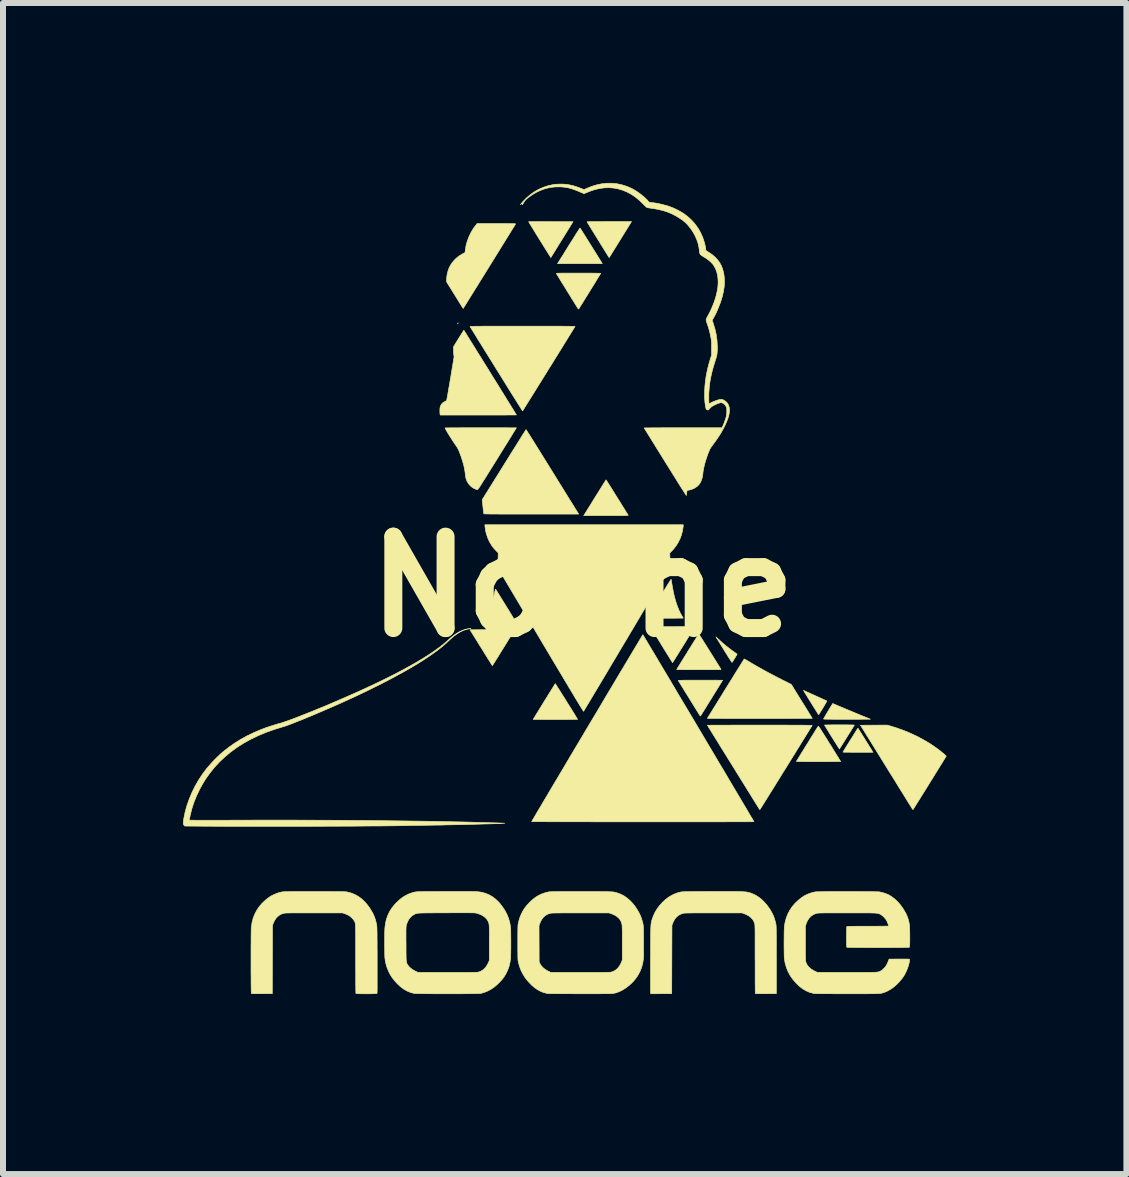
<source format=kicad_pcb>
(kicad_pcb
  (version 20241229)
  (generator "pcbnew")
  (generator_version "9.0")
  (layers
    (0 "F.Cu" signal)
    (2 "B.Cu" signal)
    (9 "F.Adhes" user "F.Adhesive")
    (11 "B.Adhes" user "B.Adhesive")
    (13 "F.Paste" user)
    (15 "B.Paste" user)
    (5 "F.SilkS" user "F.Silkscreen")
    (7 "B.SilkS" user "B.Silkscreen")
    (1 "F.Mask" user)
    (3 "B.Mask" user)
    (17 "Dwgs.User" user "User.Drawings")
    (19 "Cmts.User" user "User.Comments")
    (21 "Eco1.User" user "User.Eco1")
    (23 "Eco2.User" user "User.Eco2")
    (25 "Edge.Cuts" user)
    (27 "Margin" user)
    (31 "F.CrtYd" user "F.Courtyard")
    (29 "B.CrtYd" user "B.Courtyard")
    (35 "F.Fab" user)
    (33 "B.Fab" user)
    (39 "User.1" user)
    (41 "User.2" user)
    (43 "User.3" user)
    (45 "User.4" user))
  (footprint "Noone"
    (layer "F.Cu")
    (at 6.664 6.731)
    (property "Reference" "Noone" (at 0 0 0) (layer "F.SilkS") (effects (font (size 1.524 1.524) (thickness 0.3))))
    (attr through_hole)
    (fp_poly (pts (xy -2.076 -4.395) (xy -2.079 -4.39) (xy -2.083 -4.383) (xy -2.085 -4.381) (xy -2.085 -4.385) (xy -2.083 -4.39) (xy -2.078 -4.397) (xy -2.076 -4.398) (xy -2.076 -4.395)) (stroke (width 0.01) (type solid)) (fill yes) (layer "F.SilkS"))
    (fp_poly (pts (xy 1.838 0.674) (xy 1.85 0.68) (xy 1.856 0.684) (xy 1.857 0.686) (xy 1.855 0.691) (xy 1.848 0.702) (xy 1.838 0.718) (xy 1.825 0.74) (xy 1.809 0.767) (xy 1.79 0.797) (xy 1.77 0.83) (xy 1.747 0.866) (xy 1.724 0.904) (xy 1.7 0.943) (xy 1.676 0.982) (xy 1.651 1.022) (xy 1.627 1.06) (xy 1.604 1.098) (xy 1.582 1.133) (xy 1.562 1.165) (xy 1.544 1.194) (xy 1.528 1.219) (xy 1.515 1.239) (xy 1.506 1.254) (xy 1.5 1.263) (xy 1.499 1.266) (xy 1.496 1.262) (xy 1.49 1.252) (xy 1.479 1.236) (xy 1.465 1.214) (xy 1.448 1.187) (xy 1.429 1.155) (xy 1.406 1.119) (xy 1.382 1.08) (xy 1.356 1.038) (xy 1.328 0.993) (xy 1.312 0.966) (xy 1.127 0.667) (xy 1.473 0.666) (xy 1.818 0.664) (xy 1.838 0.674)) (stroke (width 0.01) (type solid)) (fill yes) (layer "F.SilkS"))
    (fp_poly (pts (xy 2.233 0.847) (xy 2.241 0.854) (xy 2.253 0.865) (xy 2.269 0.879) (xy 2.285 0.894) (xy 2.286 0.896) (xy 2.329 0.935) (xy 2.378 0.977) (xy 2.433 1.02) (xy 2.491 1.064) (xy 2.539 1.098) (xy 2.554 1.109) (xy 2.565 1.118) (xy 2.572 1.124) (xy 2.574 1.126) (xy 2.572 1.13) (xy 2.566 1.141) (xy 2.557 1.155) (xy 2.547 1.173) (xy 2.535 1.192) (xy 2.523 1.211) (xy 2.512 1.229) (xy 2.502 1.245) (xy 2.495 1.256) (xy 2.49 1.262) (xy 2.49 1.262) (xy 2.487 1.26) (xy 2.48 1.25) (xy 2.47 1.235) (xy 2.456 1.214) (xy 2.439 1.187) (xy 2.419 1.157) (xy 2.398 1.122) (xy 2.374 1.085) (xy 2.36 1.062) (xy 2.337 1.024) (xy 2.314 0.988) (xy 2.294 0.954) (xy 2.275 0.924) (xy 2.259 0.898) (xy 2.245 0.876) (xy 2.235 0.86) (xy 2.229 0.85) (xy 2.227 0.847) (xy 2.221 0.836) (xy 2.233 0.847)) (stroke (width 0.01) (type solid)) (fill yes) (layer "F.SilkS"))
    (fp_poly (pts (xy -0.68 -6.087) (xy -0.63 -6.087) (xy -0.576 -6.087) (xy -0.53 -6.086) (xy -0.161 -6.085) (xy -0.345 -5.787) (xy -0.374 -5.741) (xy -0.401 -5.698) (xy -0.426 -5.657) (xy -0.449 -5.619) (xy -0.47 -5.585) (xy -0.489 -5.555) (xy -0.504 -5.53) (xy -0.517 -5.51) (xy -0.525 -5.496) (xy -0.53 -5.489) (xy -0.531 -5.487) (xy -0.533 -5.491) (xy -0.54 -5.501) (xy -0.55 -5.517) (xy -0.564 -5.539) (xy -0.581 -5.565) (xy -0.6 -5.597) (xy -0.623 -5.632) (xy -0.647 -5.671) (xy -0.673 -5.713) (xy -0.701 -5.758) (xy -0.718 -5.785) (xy -0.746 -5.831) (xy -0.773 -5.874) (xy -0.798 -5.915) (xy -0.821 -5.953) (xy -0.842 -5.987) (xy -0.86 -6.017) (xy -0.876 -6.042) (xy -0.888 -6.062) (xy -0.896 -6.076) (xy -0.9 -6.084) (xy -0.901 -6.086) (xy -0.896 -6.086) (xy -0.884 -6.086) (xy -0.865 -6.086) (xy -0.838 -6.087) (xy -0.806 -6.087) (xy -0.769 -6.087) (xy -0.726 -6.087) (xy -0.68 -6.087)) (stroke (width 0.01) (type solid)) (fill yes) (layer "F.SilkS"))
    (fp_poly (pts (xy -0.042 -5.977) (xy -0.035 -5.966) (xy -0.025 -5.95) (xy -0.011 -5.929) (xy 0.005 -5.903) (xy 0.024 -5.873) (xy 0.045 -5.84) (xy 0.067 -5.804) (xy 0.091 -5.767) (xy 0.115 -5.728) (xy 0.14 -5.688) (xy 0.165 -5.648) (xy 0.189 -5.609) (xy 0.213 -5.572) (xy 0.235 -5.536) (xy 0.255 -5.503) (xy 0.274 -5.473) (xy 0.29 -5.447) (xy 0.303 -5.425) (xy 0.313 -5.409) (xy 0.319 -5.399) (xy 0.32 -5.396) (xy 0.326 -5.385) (xy -0.42 -5.385) (xy -0.411 -5.399) (xy -0.408 -5.404) (xy -0.4 -5.417) (xy -0.389 -5.435) (xy -0.374 -5.459) (xy -0.356 -5.487) (xy -0.335 -5.52) (xy -0.312 -5.557) (xy -0.288 -5.597) (xy -0.261 -5.64) (xy -0.234 -5.684) (xy -0.226 -5.697) (xy -0.198 -5.741) (xy -0.171 -5.784) (xy -0.146 -5.823) (xy -0.123 -5.86) (xy -0.103 -5.892) (xy -0.084 -5.921) (xy -0.069 -5.944) (xy -0.057 -5.962) (xy -0.049 -5.974) (xy -0.045 -5.98) (xy -0.044 -5.98) (xy -0.042 -5.977)) (stroke (width 0.01) (type solid)) (fill yes) (layer "F.SilkS"))
    (fp_poly (pts (xy 4.591 2.362) (xy 4.598 2.371) (xy 4.607 2.387) (xy 4.62 2.407) (xy 4.636 2.432) (xy 4.653 2.459) (xy 4.672 2.49) (xy 4.692 2.521) (xy 4.712 2.554) (xy 4.733 2.587) (xy 4.753 2.619) (xy 4.772 2.65) (xy 4.789 2.678) (xy 4.805 2.703) (xy 4.818 2.725) (xy 4.828 2.741) (xy 4.829 2.744) (xy 4.839 2.76) (xy 4.589 2.76) (xy 4.544 2.76) (xy 4.502 2.76) (xy 4.462 2.76) (xy 4.427 2.759) (xy 4.397 2.759) (xy 4.372 2.759) (xy 4.354 2.758) (xy 4.343 2.758) (xy 4.339 2.757) (xy 4.341 2.753) (xy 4.348 2.743) (xy 4.357 2.727) (xy 4.37 2.706) (xy 4.385 2.681) (xy 4.402 2.653) (xy 4.421 2.623) (xy 4.441 2.591) (xy 4.461 2.558) (xy 4.482 2.526) (xy 4.502 2.494) (xy 4.521 2.463) (xy 4.539 2.435) (xy 4.554 2.41) (xy 4.568 2.389) (xy 4.578 2.373) (xy 4.585 2.363) (xy 4.588 2.358) (xy 4.589 2.358) (xy 4.591 2.362)) (stroke (width 0.01) (type solid)) (fill yes) (layer "F.SilkS"))
    (fp_poly (pts (xy -1.262 0.716) (xy -1.226 0.716) (xy -1.194 0.716) (xy -1.169 0.717) (xy -1.15 0.717) (xy -1.139 0.717) (xy -1.136 0.717) (xy -1.138 0.721) (xy -1.144 0.731) (xy -1.153 0.747) (xy -1.166 0.769) (xy -1.182 0.795) (xy -1.2 0.825) (xy -1.221 0.858) (xy -1.243 0.894) (xy -1.266 0.932) (xy -1.29 0.971) (xy -1.315 1.011) (xy -1.34 1.051) (xy -1.364 1.09) (xy -1.388 1.128) (xy -1.41 1.165) (xy -1.431 1.198) (xy -1.45 1.229) (xy -1.467 1.256) (xy -1.481 1.278) (xy -1.492 1.295) (xy -1.499 1.306) (xy -1.501 1.31) (xy -1.504 1.314) (xy -1.508 1.313) (xy -1.513 1.307) (xy -1.519 1.297) (xy -1.523 1.29) (xy -1.532 1.277) (xy -1.544 1.257) (xy -1.559 1.232) (xy -1.578 1.203) (xy -1.599 1.169) (xy -1.622 1.132) (xy -1.647 1.091) (xy -1.673 1.049) (xy -1.701 1.004) (xy -1.706 0.997) (xy -1.879 0.718) (xy -1.508 0.716) (xy -1.453 0.716) (xy -1.4 0.716) (xy -1.35 0.716) (xy -1.304 0.716) (xy -1.262 0.716)) (stroke (width 0.01) (type solid)) (fill yes) (layer "F.SilkS"))
    (fp_poly (pts (xy 3.685 1.73) (xy 3.695 1.734) (xy 3.711 1.741) (xy 3.732 1.751) (xy 3.756 1.762) (xy 3.779 1.772) (xy 3.813 1.788) (xy 3.852 1.805) (xy 3.892 1.824) (xy 3.931 1.841) (xy 3.966 1.857) (xy 3.971 1.859) (xy 3.997 1.871) (xy 4.021 1.882) (xy 4.042 1.891) (xy 4.057 1.899) (xy 4.067 1.903) (xy 4.07 1.905) (xy 4.068 1.909) (xy 4.063 1.919) (xy 4.055 1.935) (xy 4.044 1.954) (xy 4.031 1.976) (xy 4.017 2) (xy 4.002 2.025) (xy 3.987 2.05) (xy 3.972 2.073) (xy 3.959 2.094) (xy 3.948 2.112) (xy 3.94 2.125) (xy 3.934 2.132) (xy 3.933 2.133) (xy 3.93 2.13) (xy 3.924 2.12) (xy 3.913 2.104) (xy 3.9 2.083) (xy 3.884 2.057) (xy 3.865 2.027) (xy 3.844 1.994) (xy 3.822 1.958) (xy 3.805 1.931) (xy 3.782 1.894) (xy 3.76 1.859) (xy 3.74 1.826) (xy 3.723 1.798) (xy 3.707 1.773) (xy 3.695 1.753) (xy 3.687 1.739) (xy 3.682 1.73) (xy 3.681 1.728) (xy 3.685 1.73)) (stroke (width 0.01) (type solid)) (fill yes) (layer "F.SilkS"))
    (fp_poly (pts (xy -1.449 0.045) (xy -1.442 0.056) (xy -1.432 0.072) (xy -1.418 0.094) (xy -1.402 0.12) (xy -1.384 0.149) (xy -1.364 0.182) (xy -1.342 0.217) (xy -1.32 0.253) (xy -1.297 0.291) (xy -1.274 0.328) (xy -1.251 0.365) (xy -1.229 0.4) (xy -1.209 0.434) (xy -1.19 0.464) (xy -1.173 0.492) (xy -1.159 0.515) (xy -1.148 0.533) (xy -1.14 0.546) (xy -1.136 0.553) (xy -1.136 0.553) (xy -1.137 0.554) (xy -1.141 0.555) (xy -1.148 0.556) (xy -1.16 0.557) (xy -1.176 0.558) (xy -1.198 0.558) (xy -1.225 0.558) (xy -1.259 0.559) (xy -1.299 0.559) (xy -1.347 0.559) (xy -1.394 0.559) (xy -1.441 0.559) (xy -1.484 0.559) (xy -1.524 0.559) (xy -1.56 0.558) (xy -1.592 0.558) (xy -1.618 0.558) (xy -1.637 0.558) (xy -1.65 0.557) (xy -1.655 0.557) (xy -1.655 0.557) (xy -1.653 0.553) (xy -1.647 0.544) (xy -1.638 0.53) (xy -1.628 0.515) (xy -1.592 0.455) (xy -1.559 0.389) (xy -1.53 0.316) (xy -1.503 0.236) (xy -1.479 0.148) (xy -1.46 0.062) (xy -1.457 0.05) (xy -1.454 0.042) (xy -1.452 0.041) (xy -1.449 0.045)) (stroke (width 0.01) (type solid)) (fill yes) (layer "F.SilkS"))
    (fp_poly (pts (xy 4.326 2.303) (xy 4.369 2.303) (xy 4.408 2.303) (xy 4.443 2.304) (xy 4.473 2.304) (xy 4.498 2.305) (xy 4.515 2.305) (xy 4.526 2.306) (xy 4.529 2.307) (xy 4.526 2.311) (xy 4.52 2.322) (xy 4.51 2.339) (xy 4.497 2.36) (xy 4.481 2.385) (xy 4.464 2.413) (xy 4.445 2.443) (xy 4.425 2.475) (xy 4.404 2.508) (xy 4.384 2.541) (xy 4.364 2.573) (xy 4.345 2.603) (xy 4.328 2.63) (xy 4.312 2.655) (xy 4.299 2.675) (xy 4.289 2.691) (xy 4.283 2.701) (xy 4.28 2.705) (xy 4.28 2.705) (xy 4.277 2.702) (xy 4.271 2.692) (xy 4.26 2.676) (xy 4.247 2.654) (xy 4.231 2.629) (xy 4.212 2.599) (xy 4.191 2.566) (xy 4.169 2.53) (xy 4.155 2.508) (xy 4.132 2.471) (xy 4.11 2.436) (xy 4.09 2.403) (xy 4.073 2.375) (xy 4.058 2.35) (xy 4.045 2.331) (xy 4.037 2.316) (xy 4.032 2.308) (xy 4.031 2.306) (xy 4.035 2.306) (xy 4.046 2.305) (xy 4.065 2.305) (xy 4.09 2.304) (xy 4.12 2.304) (xy 4.155 2.303) (xy 4.195 2.303) (xy 4.237 2.303) (xy 4.28 2.303) (xy 4.326 2.303)) (stroke (width 0.01) (type solid)) (fill yes) (layer "F.SilkS"))
    (fp_poly (pts (xy 0.392 -1.778) (xy 0.398 -1.768) (xy 0.408 -1.753) (xy 0.422 -1.731) (xy 0.438 -1.706) (xy 0.457 -1.676) (xy 0.478 -1.643) (xy 0.5 -1.607) (xy 0.524 -1.569) (xy 0.548 -1.53) (xy 0.573 -1.49) (xy 0.598 -1.45) (xy 0.623 -1.411) (xy 0.646 -1.373) (xy 0.669 -1.336) (xy 0.69 -1.303) (xy 0.709 -1.272) (xy 0.726 -1.245) (xy 0.74 -1.222) (xy 0.751 -1.205) (xy 0.758 -1.193) (xy 0.759 -1.191) (xy 0.759 -1.19) (xy 0.755 -1.189) (xy 0.749 -1.188) (xy 0.739 -1.188) (xy 0.726 -1.187) (xy 0.707 -1.187) (xy 0.684 -1.186) (xy 0.655 -1.186) (xy 0.62 -1.186) (xy 0.579 -1.186) (xy 0.531 -1.185) (xy 0.476 -1.185) (xy 0.412 -1.185) (xy 0.39 -1.185) (xy 0.017 -1.185) (xy 0.04 -1.222) (xy 0.046 -1.232) (xy 0.056 -1.248) (xy 0.07 -1.271) (xy 0.087 -1.298) (xy 0.107 -1.33) (xy 0.129 -1.365) (xy 0.153 -1.404) (xy 0.178 -1.445) (xy 0.205 -1.488) (xy 0.225 -1.521) (xy 0.252 -1.563) (xy 0.277 -1.604) (xy 0.301 -1.642) (xy 0.322 -1.676) (xy 0.341 -1.707) (xy 0.358 -1.733) (xy 0.371 -1.754) (xy 0.381 -1.77) (xy 0.387 -1.779) (xy 0.389 -1.782) (xy 0.392 -1.778)) (stroke (width 0.01) (type solid)) (fill yes) (layer "F.SilkS"))
    (fp_poly (pts (xy 0.805 -6.074) (xy 0.802 -6.068) (xy 0.794 -6.055) (xy 0.783 -6.037) (xy 0.769 -6.014) (xy 0.752 -5.987) (xy 0.733 -5.956) (xy 0.712 -5.922) (xy 0.689 -5.885) (xy 0.665 -5.847) (xy 0.641 -5.807) (xy 0.616 -5.767) (xy 0.592 -5.728) (xy 0.568 -5.689) (xy 0.545 -5.652) (xy 0.523 -5.617) (xy 0.503 -5.585) (xy 0.485 -5.556) (xy 0.47 -5.531) (xy 0.457 -5.511) (xy 0.448 -5.497) (xy 0.443 -5.489) (xy 0.442 -5.487) (xy 0.439 -5.489) (xy 0.434 -5.497) (xy 0.431 -5.502) (xy 0.418 -5.522) (xy 0.403 -5.546) (xy 0.385 -5.575) (xy 0.365 -5.607) (xy 0.343 -5.643) (xy 0.32 -5.68) (xy 0.295 -5.72) (xy 0.271 -5.76) (xy 0.246 -5.8) (xy 0.221 -5.841) (xy 0.197 -5.88) (xy 0.174 -5.917) (xy 0.152 -5.952) (xy 0.132 -5.985) (xy 0.114 -6.013) (xy 0.1 -6.038) (xy 0.088 -6.057) (xy 0.079 -6.071) (xy 0.074 -6.079) (xy 0.074 -6.081) (xy 0.074 -6.082) (xy 0.075 -6.083) (xy 0.078 -6.084) (xy 0.084 -6.085) (xy 0.092 -6.085) (xy 0.104 -6.086) (xy 0.119 -6.086) (xy 0.139 -6.087) (xy 0.164 -6.087) (xy 0.195 -6.087) (xy 0.231 -6.087) (xy 0.274 -6.087) (xy 0.323 -6.087) (xy 0.381 -6.088) (xy 0.442 -6.088) (xy 0.814 -6.088) (xy 0.805 -6.074)) (stroke (width 0.01) (type solid)) (fill yes) (layer "F.SilkS"))
    (fp_poly (pts (xy 1.475 -0.121) (xy 1.477 -0.111) (xy 1.48 -0.096) (xy 1.483 -0.076) (xy 1.485 -0.06) (xy 1.499 0.022) (xy 1.515 0.103) (xy 1.533 0.18) (xy 1.554 0.253) (xy 1.577 0.321) (xy 1.601 0.383) (xy 1.627 0.439) (xy 1.655 0.487) (xy 1.659 0.494) (xy 1.667 0.507) (xy 1.674 0.517) (xy 1.676 0.523) (xy 1.676 0.523) (xy 1.672 0.523) (xy 1.66 0.524) (xy 1.641 0.524) (xy 1.616 0.524) (xy 1.585 0.524) (xy 1.548 0.525) (xy 1.507 0.525) (xy 1.463 0.525) (xy 1.415 0.525) (xy 1.374 0.525) (xy 1.324 0.525) (xy 1.277 0.525) (xy 1.233 0.525) (xy 1.193 0.525) (xy 1.157 0.524) (xy 1.127 0.524) (xy 1.102 0.524) (xy 1.084 0.524) (xy 1.074 0.523) (xy 1.071 0.523) (xy 1.073 0.519) (xy 1.079 0.509) (xy 1.089 0.493) (xy 1.103 0.471) (xy 1.119 0.445) (xy 1.138 0.414) (xy 1.159 0.38) (xy 1.181 0.344) (xy 1.206 0.305) (xy 1.231 0.264) (xy 1.256 0.223) (xy 1.282 0.181) (xy 1.308 0.14) (xy 1.333 0.099) (xy 1.358 0.06) (xy 1.381 0.023) (xy 1.402 -0.011) (xy 1.421 -0.042) (xy 1.438 -0.069) (xy 1.452 -0.091) (xy 1.463 -0.108) (xy 1.47 -0.119) (xy 1.473 -0.124) (xy 1.473 -0.124) (xy 1.475 -0.121)) (stroke (width 0.01) (type solid)) (fill yes) (layer "F.SilkS"))
    (fp_poly (pts (xy 4.172 1.949) (xy 4.184 1.953) (xy 4.201 1.961) (xy 4.223 1.97) (xy 4.249 1.981) (xy 4.278 1.993) (xy 4.298 2.002) (xy 4.367 2.031) (xy 4.439 2.061) (xy 4.511 2.091) (xy 4.581 2.12) (xy 4.648 2.148) (xy 4.709 2.172) (xy 4.72 2.177) (xy 4.743 2.186) (xy 4.764 2.194) (xy 4.78 2.201) (xy 4.791 2.206) (xy 4.796 2.208) (xy 4.796 2.208) (xy 4.792 2.208) (xy 4.78 2.209) (xy 4.761 2.209) (xy 4.736 2.209) (xy 4.704 2.209) (xy 4.666 2.209) (xy 4.624 2.21) (xy 4.577 2.21) (xy 4.527 2.21) (xy 4.473 2.21) (xy 4.416 2.21) (xy 4.405 2.21) (xy 4.338 2.21) (xy 4.279 2.21) (xy 4.227 2.21) (xy 4.182 2.21) (xy 4.144 2.209) (xy 4.112 2.209) (xy 4.085 2.209) (xy 4.064 2.208) (xy 4.047 2.208) (xy 4.034 2.207) (xy 4.025 2.207) (xy 4.019 2.206) (xy 4.016 2.205) (xy 4.015 2.204) (xy 4.015 2.204) (xy 4.018 2.198) (xy 4.024 2.187) (xy 4.034 2.17) (xy 4.046 2.15) (xy 4.059 2.126) (xy 4.075 2.101) (xy 4.09 2.075) (xy 4.106 2.048) (xy 4.121 2.023) (xy 4.135 2) (xy 4.148 1.98) (xy 4.158 1.964) (xy 4.165 1.953) (xy 4.168 1.948) (xy 4.168 1.947) (xy 4.172 1.949)) (stroke (width 0.01) (type solid)) (fill yes) (layer "F.SilkS"))
    (fp_poly (pts (xy 5.123 2.32) (xy 5.243 2.357) (xy 5.36 2.4) (xy 5.475 2.448) (xy 5.587 2.501) (xy 5.694 2.559) (xy 5.796 2.62) (xy 5.891 2.685) (xy 5.941 2.722) (xy 5.967 2.742) (xy 5.991 2.762) (xy 6.013 2.78) (xy 6.032 2.796) (xy 6.046 2.81) (xy 6.056 2.82) (xy 6.06 2.825) (xy 6.06 2.826) (xy 6.057 2.83) (xy 6.051 2.84) (xy 6.041 2.857) (xy 6.027 2.879) (xy 6.01 2.907) (xy 5.991 2.939) (xy 5.968 2.975) (xy 5.944 3.014) (xy 5.918 3.056) (xy 5.89 3.101) (xy 5.861 3.148) (xy 5.832 3.196) (xy 5.801 3.244) (xy 5.771 3.293) (xy 5.741 3.342) (xy 5.711 3.39) (xy 5.682 3.436) (xy 5.654 3.481) (xy 5.628 3.523) (xy 5.604 3.562) (xy 5.581 3.598) (xy 5.561 3.63) (xy 5.544 3.657) (xy 5.53 3.68) (xy 5.52 3.696) (xy 5.513 3.707) (xy 5.51 3.71) (xy 5.506 3.715) (xy 5.502 3.714) (xy 5.498 3.708) (xy 5.495 3.703) (xy 5.488 3.692) (xy 5.477 3.674) (xy 5.462 3.65) (xy 5.443 3.62) (xy 5.421 3.585) (xy 5.396 3.545) (xy 5.369 3.5) (xy 5.338 3.45) (xy 5.305 3.397) (xy 5.269 3.34) (xy 5.232 3.279) (xy 5.193 3.216) (xy 5.152 3.15) (xy 5.109 3.082) (xy 5.066 3.012) (xy 5.061 3.004) (xy 4.631 2.309) (xy 4.854 2.308) (xy 5.077 2.307) (xy 5.123 2.32)) (stroke (width 0.01) (type solid)) (fill yes) (layer "F.SilkS"))
    (fp_poly (pts (xy -0.455 1.619) (xy -0.448 1.629) (xy -0.438 1.644) (xy -0.425 1.665) (xy -0.409 1.691) (xy -0.39 1.72) (xy -0.369 1.753) (xy -0.347 1.789) (xy -0.323 1.826) (xy -0.298 1.865) (xy -0.274 1.905) (xy -0.249 1.945) (xy -0.224 1.984) (xy -0.2 2.023) (xy -0.177 2.059) (xy -0.156 2.093) (xy -0.137 2.124) (xy -0.121 2.151) (xy -0.107 2.174) (xy -0.096 2.192) (xy -0.089 2.204) (xy -0.085 2.21) (xy -0.085 2.21) (xy -0.089 2.211) (xy -0.101 2.211) (xy -0.12 2.212) (xy -0.147 2.212) (xy -0.179 2.213) (xy -0.217 2.213) (xy -0.261 2.214) (xy -0.31 2.214) (xy -0.362 2.214) (xy -0.419 2.214) (xy -0.455 2.214) (xy -0.51 2.214) (xy -0.563 2.214) (xy -0.612 2.214) (xy -0.658 2.214) (xy -0.7 2.214) (xy -0.737 2.213) (xy -0.768 2.213) (xy -0.793 2.213) (xy -0.811 2.213) (xy -0.822 2.212) (xy -0.826 2.212) (xy -0.823 2.208) (xy -0.817 2.198) (xy -0.807 2.182) (xy -0.794 2.16) (xy -0.778 2.134) (xy -0.76 2.104) (xy -0.739 2.071) (xy -0.717 2.035) (xy -0.694 1.997) (xy -0.669 1.957) (xy -0.645 1.917) (xy -0.62 1.877) (xy -0.595 1.838) (xy -0.572 1.799) (xy -0.549 1.763) (xy -0.528 1.729) (xy -0.509 1.699) (xy -0.492 1.672) (xy -0.479 1.65) (xy -0.468 1.632) (xy -0.461 1.621) (xy -0.457 1.616) (xy -0.457 1.616) (xy -0.455 1.619)) (stroke (width 0.01) (type solid)) (fill yes) (layer "F.SilkS"))
    (fp_poly (pts (xy 1.938 0.791) (xy 1.945 0.801) (xy 1.955 0.817) (xy 1.968 0.838) (xy 1.985 0.864) (xy 2.004 0.894) (xy 2.024 0.927) (xy 2.047 0.962) (xy 2.071 1) (xy 2.095 1.039) (xy 2.12 1.079) (xy 2.145 1.119) (xy 2.17 1.158) (xy 2.193 1.196) (xy 2.216 1.232) (xy 2.237 1.266) (xy 2.256 1.296) (xy 2.272 1.323) (xy 2.286 1.345) (xy 2.296 1.362) (xy 2.303 1.374) (xy 2.306 1.379) (xy 2.305 1.38) (xy 2.301 1.381) (xy 2.294 1.381) (xy 2.283 1.382) (xy 2.268 1.383) (xy 2.248 1.383) (xy 2.223 1.383) (xy 2.192 1.384) (xy 2.155 1.384) (xy 2.111 1.384) (xy 2.06 1.384) (xy 2.002 1.384) (xy 1.937 1.384) (xy 1.88 1.384) (xy 1.826 1.384) (xy 1.775 1.384) (xy 1.729 1.384) (xy 1.687 1.383) (xy 1.651 1.383) (xy 1.62 1.383) (xy 1.596 1.382) (xy 1.579 1.382) (xy 1.569 1.381) (xy 1.567 1.381) (xy 1.57 1.376) (xy 1.576 1.364) (xy 1.587 1.347) (xy 1.6 1.325) (xy 1.617 1.299) (xy 1.635 1.268) (xy 1.656 1.234) (xy 1.679 1.198) (xy 1.702 1.16) (xy 1.727 1.121) (xy 1.751 1.081) (xy 1.776 1.041) (xy 1.801 1.002) (xy 1.824 0.964) (xy 1.847 0.928) (xy 1.867 0.895) (xy 1.886 0.865) (xy 1.902 0.839) (xy 1.916 0.817) (xy 1.926 0.801) (xy 1.933 0.791) (xy 1.935 0.787) (xy 1.935 0.787) (xy 1.938 0.791)) (stroke (width 0.01) (type solid)) (fill yes) (layer "F.SilkS"))
    (fp_poly (pts (xy 3.928 2.325) (xy 3.931 2.328) (xy 3.936 2.334) (xy 3.943 2.344) (xy 3.953 2.357) (xy 3.965 2.375) (xy 3.979 2.398) (xy 3.997 2.426) (xy 4.018 2.459) (xy 4.043 2.499) (xy 4.072 2.544) (xy 4.104 2.597) (xy 4.116 2.616) (xy 4.145 2.661) (xy 4.172 2.705) (xy 4.197 2.746) (xy 4.22 2.783) (xy 4.241 2.817) (xy 4.26 2.847) (xy 4.275 2.872) (xy 4.287 2.892) (xy 4.296 2.906) (xy 4.3 2.913) (xy 4.301 2.915) (xy 4.297 2.915) (xy 4.285 2.915) (xy 4.266 2.916) (xy 4.24 2.916) (xy 4.208 2.916) (xy 4.17 2.916) (xy 4.128 2.916) (xy 4.082 2.917) (xy 4.032 2.917) (xy 3.979 2.917) (xy 3.93 2.917) (xy 3.864 2.917) (xy 3.805 2.917) (xy 3.754 2.917) (xy 3.71 2.916) (xy 3.673 2.916) (xy 3.642 2.916) (xy 3.617 2.915) (xy 3.597 2.915) (xy 3.582 2.914) (xy 3.572 2.914) (xy 3.566 2.913) (xy 3.563 2.912) (xy 3.563 2.911) (xy 3.567 2.904) (xy 3.576 2.89) (xy 3.588 2.871) (xy 3.603 2.846) (xy 3.62 2.818) (xy 3.64 2.786) (xy 3.661 2.751) (xy 3.684 2.714) (xy 3.708 2.675) (xy 3.733 2.635) (xy 3.758 2.595) (xy 3.782 2.556) (xy 3.806 2.517) (xy 3.829 2.48) (xy 3.851 2.446) (xy 3.87 2.414) (xy 3.887 2.387) (xy 3.902 2.363) (xy 3.914 2.345) (xy 3.922 2.332) (xy 3.926 2.326) (xy 3.926 2.325) (xy 3.928 2.325)) (stroke (width 0.01) (type solid)) (fill yes) (layer "F.SilkS"))
    (fp_poly (pts (xy 2.017 1.558) (xy 2.07 1.558) (xy 2.119 1.558) (xy 2.165 1.558) (xy 2.207 1.558) (xy 2.244 1.558) (xy 2.275 1.559) (xy 2.3 1.559) (xy 2.318 1.559) (xy 2.329 1.559) (xy 2.333 1.559) (xy 2.33 1.563) (xy 2.324 1.573) (xy 2.314 1.59) (xy 2.301 1.611) (xy 2.285 1.637) (xy 2.267 1.667) (xy 2.246 1.7) (xy 2.224 1.736) (xy 2.201 1.774) (xy 2.176 1.813) (xy 2.152 1.853) (xy 2.127 1.893) (xy 2.103 1.932) (xy 2.079 1.97) (xy 2.057 2.007) (xy 2.036 2.04) (xy 2.017 2.071) (xy 2 2.097) (xy 1.987 2.119) (xy 1.976 2.136) (xy 1.969 2.147) (xy 1.966 2.152) (xy 1.964 2.155) (xy 1.96 2.154) (xy 1.956 2.149) (xy 1.949 2.139) (xy 1.938 2.123) (xy 1.937 2.12) (xy 1.93 2.11) (xy 1.92 2.093) (xy 1.906 2.071) (xy 1.889 2.043) (xy 1.869 2.011) (xy 1.847 1.975) (xy 1.823 1.936) (xy 1.797 1.895) (xy 1.771 1.852) (xy 1.754 1.825) (xy 1.727 1.782) (xy 1.702 1.742) (xy 1.679 1.704) (xy 1.658 1.67) (xy 1.639 1.639) (xy 1.623 1.613) (xy 1.61 1.592) (xy 1.6 1.576) (xy 1.595 1.566) (xy 1.593 1.563) (xy 1.594 1.562) (xy 1.598 1.562) (xy 1.605 1.561) (xy 1.617 1.56) (xy 1.633 1.56) (xy 1.653 1.559) (xy 1.679 1.559) (xy 1.711 1.558) (xy 1.749 1.558) (xy 1.794 1.558) (xy 1.846 1.558) (xy 1.905 1.558) (xy 1.962 1.558) (xy 2.017 1.558)) (stroke (width 0.01) (type solid)) (fill yes) (layer "F.SilkS"))
    (fp_poly (pts (xy -0.009 -5.228) (xy 0.048 -5.228) (xy 0.101 -5.228) (xy 0.148 -5.228) (xy 0.19 -5.227) (xy 0.226 -5.227) (xy 0.255 -5.226) (xy 0.278 -5.226) (xy 0.293 -5.225) (xy 0.3 -5.225) (xy 0.301 -5.224) (xy 0.298 -5.22) (xy 0.292 -5.21) (xy 0.282 -5.193) (xy 0.269 -5.172) (xy 0.253 -5.146) (xy 0.234 -5.115) (xy 0.214 -5.082) (xy 0.192 -5.046) (xy 0.168 -5.008) (xy 0.144 -4.969) (xy 0.119 -4.929) (xy 0.094 -4.888) (xy 0.07 -4.849) (xy 0.046 -4.811) (xy 0.024 -4.775) (xy 0.003 -4.741) (xy -0.016 -4.711) (xy -0.033 -4.684) (xy -0.047 -4.662) (xy -0.057 -4.645) (xy -0.064 -4.634) (xy -0.067 -4.63) (xy -0.067 -4.63) (xy -0.072 -4.63) (xy -0.075 -4.632) (xy -0.078 -4.637) (xy -0.085 -4.648) (xy -0.096 -4.666) (xy -0.11 -4.688) (xy -0.127 -4.715) (xy -0.146 -4.746) (xy -0.167 -4.78) (xy -0.19 -4.816) (xy -0.213 -4.855) (xy -0.238 -4.894) (xy -0.263 -4.934) (xy -0.287 -4.974) (xy -0.311 -5.013) (xy -0.335 -5.051) (xy -0.357 -5.086) (xy -0.377 -5.119) (xy -0.395 -5.149) (xy -0.41 -5.174) (xy -0.423 -5.194) (xy -0.432 -5.209) (xy -0.437 -5.218) (xy -0.438 -5.221) (xy -0.438 -5.222) (xy -0.438 -5.223) (xy -0.435 -5.224) (xy -0.43 -5.225) (xy -0.423 -5.226) (xy -0.413 -5.226) (xy -0.399 -5.227) (xy -0.381 -5.227) (xy -0.358 -5.228) (xy -0.33 -5.228) (xy -0.296 -5.228) (xy -0.256 -5.228) (xy -0.209 -5.228) (xy -0.155 -5.228) (xy -0.093 -5.228) (xy -0.07 -5.228) (xy -0.009 -5.228)) (stroke (width 0.01) (type solid)) (fill yes) (layer "F.SilkS"))
    (fp_poly (pts (xy -0.942 -2.616) (xy -0.935 -2.606) (xy -0.924 -2.589) (xy -0.91 -2.566) (xy -0.891 -2.537) (xy -0.87 -2.503) (xy -0.845 -2.464) (xy -0.817 -2.42) (xy -0.787 -2.371) (xy -0.754 -2.318) (xy -0.719 -2.262) (xy -0.682 -2.202) (xy -0.643 -2.139) (xy -0.602 -2.074) (xy -0.56 -2.006) (xy -0.517 -1.936) (xy -0.51 -1.925) (xy -0.466 -1.855) (xy -0.424 -1.786) (xy -0.383 -1.72) (xy -0.343 -1.656) (xy -0.306 -1.596) (xy -0.27 -1.538) (xy -0.237 -1.484) (xy -0.206 -1.434) (xy -0.177 -1.389) (xy -0.152 -1.348) (xy -0.13 -1.312) (xy -0.111 -1.281) (xy -0.095 -1.257) (xy -0.084 -1.238) (xy -0.076 -1.226) (xy -0.073 -1.22) (xy -0.073 -1.22) (xy -0.067 -1.211) (xy -0.857 -1.211) (xy -0.956 -1.211) (xy -1.048 -1.211) (xy -1.131 -1.211) (xy -1.207 -1.211) (xy -1.276 -1.211) (xy -1.338 -1.211) (xy -1.393 -1.211) (xy -1.442 -1.212) (xy -1.484 -1.212) (xy -1.521 -1.212) (xy -1.553 -1.212) (xy -1.58 -1.213) (xy -1.601 -1.213) (xy -1.619 -1.214) (xy -1.632 -1.214) (xy -1.641 -1.215) (xy -1.646 -1.215) (xy -1.649 -1.216) (xy -1.649 -1.216) (xy -1.65 -1.221) (xy -1.651 -1.234) (xy -1.654 -1.253) (xy -1.657 -1.277) (xy -1.66 -1.304) (xy -1.663 -1.335) (xy -1.663 -1.335) (xy -1.676 -1.449) (xy -1.312 -2.033) (xy -1.272 -2.098) (xy -1.233 -2.16) (xy -1.196 -2.22) (xy -1.16 -2.277) (xy -1.126 -2.331) (xy -1.094 -2.382) (xy -1.065 -2.429) (xy -1.038 -2.472) (xy -1.015 -2.51) (xy -0.994 -2.543) (xy -0.976 -2.57) (xy -0.962 -2.592) (xy -0.952 -2.608) (xy -0.946 -2.617) (xy -0.944 -2.62) (xy -0.942 -2.616)) (stroke (width 0.01) (type solid)) (fill yes) (layer "F.SilkS"))
    (fp_poly (pts (xy -1.378 -6.054) (xy -1.326 -6.054) (xy -1.282 -6.054) (xy -1.244 -6.053) (xy -1.212 -6.053) (xy -1.186 -6.053) (xy -1.166 -6.053) (xy -1.15 -6.052) (xy -1.138 -6.052) (xy -1.129 -6.051) (xy -1.124 -6.05) (xy -1.121 -6.049) (xy -1.119 -6.048) (xy -1.119 -6.047) (xy -1.122 -6.043) (xy -1.128 -6.032) (xy -1.139 -6.014) (xy -1.153 -5.991) (xy -1.171 -5.963) (xy -1.192 -5.929) (xy -1.215 -5.891) (xy -1.242 -5.848) (xy -1.27 -5.802) (xy -1.301 -5.752) (xy -1.334 -5.699) (xy -1.368 -5.644) (xy -1.403 -5.587) (xy -1.44 -5.528) (xy -1.477 -5.468) (xy -1.515 -5.407) (xy -1.553 -5.345) (xy -1.591 -5.284) (xy -1.629 -5.223) (xy -1.666 -5.163) (xy -1.703 -5.104) (xy -1.738 -5.047) (xy -1.772 -4.992) (xy -1.805 -4.94) (xy -1.835 -4.891) (xy -1.864 -4.845) (xy -1.89 -4.803) (xy -1.913 -4.765) (xy -1.934 -4.732) (xy -1.951 -4.704) (xy -1.965 -4.682) (xy -1.976 -4.666) (xy -1.982 -4.656) (xy -1.984 -4.653) (xy -1.993 -4.639) (xy -2.004 -4.655) (xy -2.008 -4.662) (xy -2.016 -4.675) (xy -2.028 -4.694) (xy -2.043 -4.718) (xy -2.061 -4.746) (xy -2.08 -4.778) (xy -2.102 -4.813) (xy -2.125 -4.85) (xy -2.142 -4.877) (xy -2.269 -5.082) (xy -2.269 -5.116) (xy -2.266 -5.165) (xy -2.258 -5.216) (xy -2.245 -5.266) (xy -2.228 -5.313) (xy -2.223 -5.324) (xy -2.193 -5.378) (xy -2.156 -5.427) (xy -2.112 -5.473) (xy -2.062 -5.513) (xy -2.006 -5.548) (xy -1.99 -5.556) (xy -1.962 -5.57) (xy -1.956 -5.616) (xy -1.944 -5.691) (xy -1.923 -5.765) (xy -1.895 -5.838) (xy -1.861 -5.908) (xy -1.821 -5.975) (xy -1.783 -6.025) (xy -1.76 -6.054) (xy -1.438 -6.054) (xy -1.378 -6.054)) (stroke (width 0.01) (type solid)) (fill yes) (layer "F.SilkS"))
    (fp_poly (pts (xy 2.697 1.206) (xy 2.707 1.211) (xy 2.722 1.219) (xy 2.739 1.229) (xy 2.746 1.233) (xy 2.825 1.281) (xy 2.912 1.331) (xy 3.004 1.383) (xy 3.103 1.437) (xy 3.206 1.491) (xy 3.313 1.546) (xy 3.323 1.551) (xy 3.478 1.629) (xy 3.652 1.911) (xy 3.68 1.955) (xy 3.706 1.997) (xy 3.731 2.037) (xy 3.753 2.073) (xy 3.773 2.106) (xy 3.791 2.134) (xy 3.805 2.158) (xy 3.816 2.176) (xy 3.823 2.188) (xy 3.827 2.194) (xy 3.827 2.194) (xy 3.823 2.195) (xy 3.811 2.195) (xy 3.791 2.195) (xy 3.763 2.195) (xy 3.729 2.196) (xy 3.689 2.196) (xy 3.642 2.196) (xy 3.59 2.196) (xy 3.532 2.196) (xy 3.469 2.197) (xy 3.402 2.197) (xy 3.331 2.197) (xy 3.256 2.197) (xy 3.178 2.197) (xy 3.096 2.197) (xy 3.012 2.197) (xy 2.953 2.197) (xy 2.867 2.197) (xy 2.784 2.197) (xy 2.704 2.197) (xy 2.626 2.197) (xy 2.553 2.197) (xy 2.482 2.197) (xy 2.417 2.197) (xy 2.356 2.197) (xy 2.299 2.196) (xy 2.249 2.196) (xy 2.204 2.196) (xy 2.165 2.196) (xy 2.133 2.196) (xy 2.108 2.196) (xy 2.09 2.195) (xy 2.081 2.195) (xy 2.079 2.195) (xy 2.081 2.191) (xy 2.087 2.181) (xy 2.097 2.164) (xy 2.111 2.142) (xy 2.128 2.114) (xy 2.148 2.082) (xy 2.17 2.046) (xy 2.195 2.006) (xy 2.222 1.962) (xy 2.25 1.917) (xy 2.28 1.868) (xy 2.311 1.819) (xy 2.342 1.768) (xy 2.374 1.716) (xy 2.406 1.665) (xy 2.438 1.613) (xy 2.469 1.563) (xy 2.5 1.514) (xy 2.529 1.466) (xy 2.557 1.421) (xy 2.583 1.379) (xy 2.607 1.341) (xy 2.629 1.306) (xy 2.648 1.275) (xy 2.664 1.25) (xy 2.677 1.229) (xy 2.686 1.215) (xy 2.691 1.207) (xy 2.692 1.205) (xy 2.697 1.206)) (stroke (width 0.01) (type solid)) (fill yes) (layer "F.SilkS"))
    (fp_poly (pts (xy -1.979 -4.272) (xy -1.972 -4.262) (xy -1.962 -4.245) (xy -1.947 -4.223) (xy -1.93 -4.194) (xy -1.909 -4.161) (xy -1.885 -4.123) (xy -1.859 -4.081) (xy -1.83 -4.035) (xy -1.8 -3.986) (xy -1.767 -3.933) (xy -1.733 -3.878) (xy -1.697 -3.821) (xy -1.661 -3.762) (xy -1.623 -3.702) (xy -1.585 -3.641) (xy -1.547 -3.579) (xy -1.509 -3.517) (xy -1.471 -3.456) (xy -1.433 -3.396) (xy -1.396 -3.336) (xy -1.361 -3.278) (xy -1.326 -3.223) (xy -1.293 -3.17) (xy -1.262 -3.119) (xy -1.233 -3.072) (xy -1.206 -3.029) (xy -1.182 -2.989) (xy -1.16 -2.955) (xy -1.142 -2.925) (xy -1.127 -2.901) (xy -1.116 -2.882) (xy -1.108 -2.87) (xy -1.105 -2.864) (xy -1.105 -2.864) (xy -1.109 -2.864) (xy -1.121 -2.864) (xy -1.141 -2.863) (xy -1.168 -2.863) (xy -1.201 -2.863) (xy -1.241 -2.863) (xy -1.286 -2.862) (xy -1.336 -2.862) (xy -1.392 -2.862) (xy -1.451 -2.862) (xy -1.514 -2.862) (xy -1.581 -2.862) (xy -1.651 -2.862) (xy -1.723 -2.862) (xy -1.74 -2.862) (xy -2.375 -2.862) (xy -2.378 -2.873) (xy -2.379 -2.882) (xy -2.38 -2.897) (xy -2.381 -2.916) (xy -2.381 -2.936) (xy -2.38 -2.969) (xy -2.376 -2.995) (xy -2.369 -3.017) (xy -2.358 -3.036) (xy -2.345 -3.054) (xy -2.334 -3.064) (xy -2.319 -3.075) (xy -2.303 -3.085) (xy -2.288 -3.093) (xy -2.275 -3.098) (xy -2.271 -3.099) (xy -2.27 -3.103) (xy -2.267 -3.116) (xy -2.262 -3.136) (xy -2.257 -3.166) (xy -2.25 -3.203) (xy -2.242 -3.249) (xy -2.233 -3.303) (xy -2.222 -3.365) (xy -2.21 -3.436) (xy -2.205 -3.466) (xy -2.144 -3.833) (xy -2.149 -3.867) (xy -2.151 -3.886) (xy -2.153 -3.91) (xy -2.154 -3.935) (xy -2.154 -3.95) (xy -2.155 -3.999) (xy -2.069 -4.137) (xy -2.05 -4.168) (xy -2.032 -4.196) (xy -2.016 -4.222) (xy -2.003 -4.243) (xy -1.992 -4.26) (xy -1.985 -4.271) (xy -1.981 -4.275) (xy -1.981 -4.276) (xy -1.979 -4.272)) (stroke (width 0.01) (type solid)) (fill yes) (layer "F.SilkS"))
    (fp_poly (pts (xy -1.629 -2.65) (xy -1.562 -2.65) (xy -1.497 -2.65) (xy -1.435 -2.65) (xy -1.377 -2.65) (xy -1.323 -2.65) (xy -1.274 -2.65) (xy -1.231 -2.649) (xy -1.193 -2.649) (xy -1.161 -2.649) (xy -1.136 -2.649) (xy -1.118 -2.649) (xy -1.107 -2.649) (xy -1.105 -2.649) (xy -1.107 -2.645) (xy -1.114 -2.634) (xy -1.124 -2.617) (xy -1.138 -2.595) (xy -1.156 -2.566) (xy -1.176 -2.533) (xy -1.2 -2.494) (xy -1.227 -2.451) (xy -1.255 -2.405) (xy -1.287 -2.355) (xy -1.32 -2.301) (xy -1.355 -2.245) (xy -1.391 -2.187) (xy -1.424 -2.133) (xy -1.469 -2.061) (xy -1.51 -1.995) (xy -1.547 -1.936) (xy -1.58 -1.883) (xy -1.609 -1.836) (xy -1.635 -1.795) (xy -1.658 -1.759) (xy -1.677 -1.728) (xy -1.694 -1.702) (xy -1.708 -1.679) (xy -1.72 -1.661) (xy -1.73 -1.647) (xy -1.738 -1.636) (xy -1.744 -1.628) (xy -1.748 -1.622) (xy -1.751 -1.619) (xy -1.753 -1.618) (xy -1.762 -1.619) (xy -1.776 -1.623) (xy -1.787 -1.627) (xy -1.819 -1.642) (xy -1.845 -1.658) (xy -1.87 -1.679) (xy -1.88 -1.689) (xy -1.909 -1.724) (xy -1.931 -1.764) (xy -1.947 -1.809) (xy -1.956 -1.86) (xy -1.958 -1.884) (xy -1.963 -1.922) (xy -1.97 -1.967) (xy -1.981 -2.016) (xy -1.995 -2.068) (xy -2.012 -2.123) (xy -2.03 -2.179) (xy -2.036 -2.193) (xy -2.049 -2.228) (xy -2.06 -2.257) (xy -2.069 -2.279) (xy -2.078 -2.298) (xy -2.087 -2.314) (xy -2.096 -2.329) (xy -2.105 -2.342) (xy -2.119 -2.361) (xy -2.135 -2.385) (xy -2.153 -2.412) (xy -2.172 -2.44) (xy -2.191 -2.471) (xy -2.211 -2.501) (xy -2.229 -2.531) (xy -2.247 -2.559) (xy -2.262 -2.585) (xy -2.275 -2.608) (xy -2.285 -2.626) (xy -2.292 -2.639) (xy -2.294 -2.647) (xy -2.294 -2.647) (xy -2.29 -2.647) (xy -2.278 -2.648) (xy -2.259 -2.648) (xy -2.232 -2.648) (xy -2.199 -2.649) (xy -2.159 -2.649) (xy -2.114 -2.649) (xy -2.064 -2.649) (xy -2.01 -2.65) (xy -1.951 -2.65) (xy -1.888 -2.65) (xy -1.823 -2.65) (xy -1.754 -2.65) (xy -1.7 -2.65) (xy -1.629 -2.65)) (stroke (width 0.01) (type solid)) (fill yes) (layer "F.SilkS"))
    (fp_poly (pts (xy 1.675 -1.002) (xy 1.664 -0.932) (xy 1.646 -0.862) (xy 1.621 -0.795) (xy 1.589 -0.732) (xy 1.551 -0.673) (xy 1.508 -0.619) (xy 1.491 -0.602) (xy 1.452 -0.562) (xy 1.455 -0.456) (xy 1.456 -0.421) (xy 1.457 -0.392) (xy 1.457 -0.368) (xy 1.456 -0.351) (xy 1.455 -0.342) (xy 1.455 -0.341) (xy 1.452 -0.336) (xy 1.446 -0.325) (xy 1.435 -0.307) (xy 1.421 -0.282) (xy 1.403 -0.252) (xy 1.381 -0.216) (xy 1.357 -0.175) (xy 1.33 -0.129) (xy 1.299 -0.078) (xy 1.267 -0.023) (xy 1.232 0.036) (xy 1.194 0.099) (xy 1.155 0.165) (xy 1.114 0.234) (xy 1.071 0.305) (xy 1.027 0.379) (xy 0.982 0.455) (xy 0.936 0.533) (xy 0.889 0.612) (xy 0.841 0.693) (xy 0.793 0.773) (xy 0.745 0.855) (xy 0.696 0.936) (xy 0.648 1.017) (xy 0.6 1.097) (xy 0.553 1.177) (xy 0.506 1.255) (xy 0.46 1.332) (xy 0.416 1.407) (xy 0.373 1.479) (xy 0.331 1.549) (xy 0.291 1.616) (xy 0.253 1.68) (xy 0.217 1.74) (xy 0.183 1.797) (xy 0.152 1.849) (xy 0.123 1.897) (xy 0.098 1.94) (xy 0.075 1.977) (xy 0.056 2.01) (xy 0.04 2.036) (xy 0.028 2.056) (xy 0.02 2.07) (xy 0.016 2.077) (xy 0.015 2.077) (xy 0.014 2.076) (xy 0.01 2.072) (xy 0.005 2.064) (xy -0.003 2.052) (xy -0.012 2.037) (xy -0.025 2.017) (xy -0.039 1.994) (xy -0.056 1.966) (xy -0.076 1.933) (xy -0.099 1.895) (xy -0.125 1.853) (xy -0.153 1.805) (xy -0.185 1.752) (xy -0.22 1.694) (xy -0.258 1.63) (xy -0.3 1.56) (xy -0.345 1.484) (xy -0.394 1.402) (xy -0.447 1.314) (xy -0.504 1.218) (xy -0.564 1.117) (xy -0.629 1.008) (xy -0.698 0.892) (xy -0.702 0.885) (xy -1.414 -0.312) (xy -1.411 -0.438) (xy -1.408 -0.563) (xy -1.45 -0.606) (xy -1.468 -0.626) (xy -1.487 -0.647) (xy -1.503 -0.668) (xy -1.516 -0.685) (xy -1.516 -0.686) (xy -1.552 -0.745) (xy -1.581 -0.808) (xy -1.604 -0.873) (xy -1.62 -0.938) (xy -1.628 -0.998) (xy -1.631 -1.033) (xy 1.677 -1.033) (xy 1.675 -1.002)) (stroke (width 0.01) (type solid)) (fill yes) (layer "F.SilkS"))
    (fp_poly (pts (xy 3.058 2.307) (xy 3.154 2.307) (xy 3.243 2.307) (xy 3.324 2.307) (xy 3.397 2.307) (xy 3.464 2.308) (xy 3.524 2.308) (xy 3.578 2.308) (xy 3.625 2.308) (xy 3.667 2.308) (xy 3.703 2.309) (xy 3.733 2.309) (xy 3.759 2.309) (xy 3.78 2.31) (xy 3.797 2.31) (xy 3.809 2.311) (xy 3.818 2.311) (xy 3.824 2.312) (xy 3.826 2.312) (xy 3.826 2.312) (xy 3.823 2.317) (xy 3.817 2.328) (xy 3.806 2.345) (xy 3.792 2.368) (xy 3.774 2.397) (xy 3.753 2.431) (xy 3.729 2.469) (xy 3.703 2.512) (xy 3.674 2.558) (xy 3.643 2.608) (xy 3.611 2.661) (xy 3.576 2.716) (xy 3.541 2.774) (xy 3.504 2.833) (xy 3.467 2.893) (xy 3.429 2.954) (xy 3.391 3.016) (xy 3.352 3.077) (xy 3.314 3.138) (xy 3.277 3.199) (xy 3.24 3.258) (xy 3.205 3.315) (xy 3.171 3.37) (xy 3.138 3.422) (xy 3.107 3.472) (xy 3.079 3.518) (xy 3.052 3.56) (xy 3.029 3.598) (xy 3.008 3.631) (xy 2.99 3.659) (xy 2.976 3.682) (xy 2.966 3.698) (xy 2.959 3.708) (xy 2.957 3.712) (xy 2.952 3.715) (xy 2.948 3.711) (xy 2.946 3.708) (xy 2.941 3.701) (xy 2.933 3.688) (xy 2.921 3.668) (xy 2.905 3.643) (xy 2.886 3.612) (xy 2.864 3.577) (xy 2.839 3.537) (xy 2.812 3.493) (xy 2.783 3.446) (xy 2.751 3.395) (xy 2.718 3.341) (xy 2.683 3.285) (xy 2.647 3.227) (xy 2.61 3.168) (xy 2.573 3.108) (xy 2.535 3.046) (xy 2.497 2.985) (xy 2.459 2.924) (xy 2.421 2.863) (xy 2.384 2.803) (xy 2.348 2.745) (xy 2.313 2.689) (xy 2.279 2.634) (xy 2.248 2.583) (xy 2.218 2.535) (xy 2.19 2.49) (xy 2.165 2.449) (xy 2.142 2.413) (xy 2.123 2.381) (xy 2.106 2.355) (xy 2.094 2.334) (xy 2.085 2.319) (xy 2.08 2.311) (xy 2.079 2.309) (xy 2.083 2.309) (xy 2.095 2.309) (xy 2.115 2.309) (xy 2.142 2.308) (xy 2.176 2.308) (xy 2.217 2.308) (xy 2.263 2.308) (xy 2.316 2.308) (xy 2.374 2.308) (xy 2.436 2.308) (xy 2.503 2.307) (xy 2.575 2.307) (xy 2.65 2.307) (xy 2.728 2.307) (xy 2.809 2.307) (xy 2.893 2.307) (xy 2.953 2.307) (xy 3.058 2.307)) (stroke (width 0.01) (type solid)) (fill yes) (layer "F.SilkS"))
    (fp_poly (pts (xy -0.899 -4.343) (xy -0.802 -4.343) (xy -0.714 -4.343) (xy -0.633 -4.343) (xy -0.56 -4.343) (xy -0.493 -4.343) (xy -0.433 -4.343) (xy -0.38 -4.343) (xy -0.332 -4.343) (xy -0.291 -4.342) (xy -0.254 -4.342) (xy -0.224 -4.342) (xy -0.198 -4.341) (xy -0.176 -4.341) (xy -0.159 -4.341) (xy -0.146 -4.34) (xy -0.137 -4.34) (xy -0.131 -4.339) (xy -0.128 -4.338) (xy -0.128 -4.338) (xy -0.131 -4.334) (xy -0.137 -4.322) (xy -0.148 -4.305) (xy -0.162 -4.282) (xy -0.18 -4.253) (xy -0.201 -4.219) (xy -0.225 -4.181) (xy -0.251 -4.138) (xy -0.28 -4.091) (xy -0.311 -4.042) (xy -0.343 -3.989) (xy -0.378 -3.933) (xy -0.413 -3.876) (xy -0.45 -3.817) (xy -0.487 -3.757) (xy -0.525 -3.695) (xy -0.564 -3.634) (xy -0.602 -3.572) (xy -0.64 -3.511) (xy -0.677 -3.451) (xy -0.714 -3.392) (xy -0.75 -3.334) (xy -0.784 -3.279) (xy -0.817 -3.226) (xy -0.848 -3.177) (xy -0.877 -3.13) (xy -0.904 -3.088) (xy -0.928 -3.049) (xy -0.949 -3.015) (xy -0.967 -2.987) (xy -0.981 -2.963) (xy -0.992 -2.946) (xy -0.999 -2.935) (xy -1.002 -2.931) (xy -1.002 -2.931) (xy -1.005 -2.934) (xy -1.012 -2.944) (xy -1.022 -2.961) (xy -1.037 -2.984) (xy -1.055 -3.013) (xy -1.077 -3.047) (xy -1.101 -3.086) (xy -1.129 -3.131) (xy -1.16 -3.179) (xy -1.193 -3.232) (xy -1.228 -3.288) (xy -1.265 -3.348) (xy -1.304 -3.411) (xy -1.345 -3.477) (xy -1.387 -3.545) (xy -1.431 -3.615) (xy -1.441 -3.63) (xy -1.484 -3.701) (xy -1.527 -3.77) (xy -1.568 -3.836) (xy -1.608 -3.9) (xy -1.646 -3.961) (xy -1.681 -4.018) (xy -1.715 -4.072) (xy -1.746 -4.122) (xy -1.774 -4.168) (xy -1.799 -4.209) (xy -1.821 -4.245) (xy -1.84 -4.275) (xy -1.856 -4.3) (xy -1.867 -4.319) (xy -1.875 -4.331) (xy -1.878 -4.337) (xy -1.878 -4.337) (xy -1.878 -4.338) (xy -1.875 -4.339) (xy -1.87 -4.339) (xy -1.863 -4.34) (xy -1.853 -4.34) (xy -1.839 -4.341) (xy -1.822 -4.341) (xy -1.801 -4.342) (xy -1.776 -4.342) (xy -1.747 -4.342) (xy -1.712 -4.342) (xy -1.673 -4.343) (xy -1.628 -4.343) (xy -1.577 -4.343) (xy -1.52 -4.343) (xy -1.457 -4.343) (xy -1.386 -4.343) (xy -1.309 -4.343) (xy -1.224 -4.343) (xy -1.132 -4.343) (xy -1.032 -4.343) (xy -1.003 -4.343) (xy -0.899 -4.343)) (stroke (width 0.01) (type solid)) (fill yes) (layer "F.SilkS"))
    (fp_poly (pts (xy 1.005 0.804) (xy 1.012 0.815) (xy 1.022 0.832) (xy 1.036 0.856) (xy 1.054 0.885) (xy 1.076 0.921) (xy 1.1 0.962) (xy 1.128 1.009) (xy 1.159 1.06) (xy 1.193 1.117) (xy 1.229 1.177) (xy 1.267 1.242) (xy 1.308 1.311) (xy 1.351 1.383) (xy 1.396 1.458) (xy 1.443 1.537) (xy 1.491 1.618) (xy 1.541 1.701) (xy 1.591 1.787) (xy 1.643 1.874) (xy 1.696 1.963) (xy 1.75 2.053) (xy 1.804 2.144) (xy 1.859 2.236) (xy 1.913 2.328) (xy 1.968 2.42) (xy 2.023 2.512) (xy 2.077 2.604) (xy 2.131 2.695) (xy 2.184 2.784) (xy 2.237 2.873) (xy 2.288 2.96) (xy 2.339 3.044) (xy 2.388 3.127) (xy 2.435 3.207) (xy 2.481 3.285) (xy 2.525 3.359) (xy 2.567 3.43) (xy 2.607 3.497) (xy 2.645 3.561) (xy 2.68 3.62) (xy 2.712 3.674) (xy 2.742 3.724) (xy 2.768 3.769) (xy 2.791 3.809) (xy 2.811 3.842) (xy 2.828 3.87) (xy 2.84 3.892) (xy 2.849 3.907) (xy 2.854 3.915) (xy 2.854 3.917) (xy 2.85 3.917) (xy 2.838 3.917) (xy 2.817 3.918) (xy 2.79 3.918) (xy 2.755 3.918) (xy 2.713 3.919) (xy 2.665 3.919) (xy 2.611 3.919) (xy 2.55 3.919) (xy 2.485 3.919) (xy 2.414 3.919) (xy 2.338 3.92) (xy 2.258 3.92) (xy 2.174 3.92) (xy 2.086 3.92) (xy 1.994 3.92) (xy 1.9 3.92) (xy 1.802 3.92) (xy 1.702 3.92) (xy 1.6 3.92) (xy 1.496 3.92) (xy 1.39 3.92) (xy 1.283 3.92) (xy 1.175 3.92) (xy 1.067 3.92) (xy 0.959 3.92) (xy 0.85 3.92) (xy 0.742 3.92) (xy 0.635 3.92) (xy 0.529 3.92) (xy 0.425 3.92) (xy 0.322 3.92) (xy 0.222 3.92) (xy 0.124 3.919) (xy 0.028 3.919) (xy -0.064 3.919) (xy -0.153 3.919) (xy -0.238 3.919) (xy -0.319 3.919) (xy -0.396 3.918) (xy -0.467 3.918) (xy -0.534 3.918) (xy -0.595 3.918) (xy -0.651 3.917) (xy -0.7 3.917) (xy -0.743 3.917) (xy -0.78 3.917) (xy -0.809 3.916) (xy -0.831 3.916) (xy -0.845 3.916) (xy -0.851 3.915) (xy -0.851 3.915) (xy -0.849 3.911) (xy -0.842 3.901) (xy -0.832 3.883) (xy -0.818 3.859) (xy -0.8 3.829) (xy -0.779 3.793) (xy -0.755 3.751) (xy -0.727 3.705) (xy -0.696 3.653) (xy -0.663 3.596) (xy -0.627 3.536) (xy -0.588 3.471) (xy -0.548 3.402) (xy -0.505 3.33) (xy -0.46 3.254) (xy -0.413 3.176) (xy -0.365 3.095) (xy -0.315 3.011) (xy -0.265 2.926) (xy -0.213 2.838) (xy -0.16 2.749) (xy -0.106 2.659) (xy -0.052 2.568) (xy 0.003 2.476) (xy 0.057 2.384) (xy 0.112 2.292) (xy 0.167 2.2) (xy 0.222 2.109) (xy 0.276 2.018) (xy 0.329 1.928) (xy 0.381 1.84) (xy 0.433 1.753) (xy 0.484 1.668) (xy 0.533 1.586) (xy 0.58 1.506) (xy 0.626 1.429) (xy 0.671 1.355) (xy 0.713 1.284) (xy 0.753 1.217) (xy 0.791 1.154) (xy 0.826 1.095) (xy 0.858 1.04) (xy 0.888 0.991) (xy 0.915 0.946) (xy 0.938 0.907) (xy 0.958 0.873) (xy 0.975 0.846) (xy 0.988 0.824) (xy 0.997 0.81) (xy 1.002 0.802) (xy 1.003 0.8) (xy 1.005 0.804)) (stroke (width 0.01) (type solid)) (fill yes) (layer "F.SilkS"))
    (fp_poly (pts (xy 2.429 5.081) (xy 2.481 5.081) (xy 2.528 5.081) (xy 2.569 5.081) (xy 2.605 5.082) (xy 2.637 5.083) (xy 2.664 5.084) (xy 2.688 5.086) (xy 2.709 5.087) (xy 2.727 5.089) (xy 2.743 5.092) (xy 2.757 5.095) (xy 2.771 5.098) (xy 2.783 5.101) (xy 2.796 5.105) (xy 2.809 5.11) (xy 2.82 5.114) (xy 2.875 5.138) (xy 2.928 5.171) (xy 2.98 5.211) (xy 3.029 5.258) (xy 3.074 5.311) (xy 3.117 5.371) (xy 3.129 5.391) (xy 3.154 5.434) (xy 3.175 5.475) (xy 3.191 5.516) (xy 3.205 5.561) (xy 3.218 5.611) (xy 3.219 5.613) (xy 3.22 5.619) (xy 3.221 5.625) (xy 3.222 5.631) (xy 3.223 5.638) (xy 3.224 5.646) (xy 3.225 5.655) (xy 3.225 5.667) (xy 3.226 5.681) (xy 3.226 5.699) (xy 3.227 5.719) (xy 3.227 5.744) (xy 3.227 5.773) (xy 3.228 5.807) (xy 3.228 5.847) (xy 3.228 5.892) (xy 3.228 5.943) (xy 3.228 6.001) (xy 3.228 6.066) (xy 3.228 6.139) (xy 3.228 6.219) (xy 3.228 6.784) (xy 3.055 6.785) (xy 3.01 6.785) (xy 2.973 6.785) (xy 2.943 6.785) (xy 2.92 6.785) (xy 2.902 6.784) (xy 2.89 6.784) (xy 2.882 6.783) (xy 2.878 6.781) (xy 2.878 6.781) (xy 2.878 6.776) (xy 2.877 6.763) (xy 2.877 6.743) (xy 2.876 6.716) (xy 2.876 6.682) (xy 2.876 6.642) (xy 2.875 6.597) (xy 2.875 6.547) (xy 2.875 6.492) (xy 2.875 6.434) (xy 2.875 6.372) (xy 2.875 6.306) (xy 2.875 6.239) (xy 2.874 6.21) (xy 2.874 6.128) (xy 2.874 6.055) (xy 2.874 5.988) (xy 2.874 5.929) (xy 2.874 5.877) (xy 2.874 5.831) (xy 2.874 5.791) (xy 2.874 5.757) (xy 2.873 5.727) (xy 2.873 5.702) (xy 2.872 5.681) (xy 2.872 5.664) (xy 2.871 5.651) (xy 2.871 5.64) (xy 2.87 5.632) (xy 2.869 5.625) (xy 2.868 5.62) (xy 2.868 5.62) (xy 2.854 5.581) (xy 2.834 5.547) (xy 2.806 5.516) (xy 2.772 5.49) (xy 2.73 5.467) (xy 2.695 5.452) (xy 2.656 5.438) (xy 2.18 5.438) (xy 2.101 5.438) (xy 2.03 5.438) (xy 1.966 5.438) (xy 1.91 5.438) (xy 1.861 5.438) (xy 1.819 5.439) (xy 1.783 5.439) (xy 1.753 5.44) (xy 1.729 5.44) (xy 1.71 5.441) (xy 1.696 5.441) (xy 1.687 5.442) (xy 1.682 5.443) (xy 1.639 5.457) (xy 1.601 5.476) (xy 1.568 5.503) (xy 1.54 5.535) (xy 1.516 5.575) (xy 1.498 5.618) (xy 1.488 5.645) (xy 1.486 6.215) (xy 1.484 6.784) (xy 1.135 6.786) (xy 1.132 6.777) (xy 1.132 6.771) (xy 1.132 6.758) (xy 1.132 6.737) (xy 1.131 6.709) (xy 1.131 6.675) (xy 1.131 6.635) (xy 1.131 6.59) (xy 1.131 6.539) (xy 1.131 6.484) (xy 1.131 6.426) (xy 1.131 6.363) (xy 1.131 6.298) (xy 1.131 6.231) (xy 1.131 6.21) (xy 1.132 6.129) (xy 1.132 6.056) (xy 1.132 5.99) (xy 1.132 5.931) (xy 1.133 5.879) (xy 1.133 5.833) (xy 1.133 5.793) (xy 1.134 5.758) (xy 1.134 5.727) (xy 1.135 5.701) (xy 1.136 5.678) (xy 1.137 5.659) (xy 1.138 5.642) (xy 1.139 5.628) (xy 1.141 5.615) (xy 1.143 5.604) (xy 1.145 5.594) (xy 1.147 5.585) (xy 1.149 5.575) (xy 1.152 5.564) (xy 1.155 5.553) (xy 1.156 5.55) (xy 1.178 5.488) (xy 1.206 5.427) (xy 1.242 5.368) (xy 1.283 5.313) (xy 1.329 5.262) (xy 1.379 5.216) (xy 1.432 5.175) (xy 1.489 5.142) (xy 1.547 5.115) (xy 1.562 5.11) (xy 1.58 5.104) (xy 1.601 5.098) (xy 1.623 5.092) (xy 1.628 5.091) (xy 1.634 5.09) (xy 1.64 5.089) (xy 1.646 5.088) (xy 1.654 5.087) (xy 1.663 5.086) (xy 1.674 5.085) (xy 1.688 5.085) (xy 1.705 5.084) (xy 1.725 5.084) (xy 1.749 5.083) (xy 1.777 5.083) (xy 1.811 5.082) (xy 1.85 5.082) (xy 1.895 5.082) (xy 1.946 5.082) (xy 2.005 5.082) (xy 2.071 5.081) (xy 2.145 5.081) (xy 2.148 5.081) (xy 2.23 5.081) (xy 2.304 5.081) (xy 2.37 5.081) (xy 2.429 5.081)) (stroke (width 0.01) (type solid)) (fill yes) (layer "F.SilkS"))
    (fp_poly (pts (xy -4.396 5.082) (xy -4.327 5.082) (xy -4.265 5.082) (xy -4.211 5.082) (xy -4.163 5.082) (xy -4.121 5.083) (xy -4.085 5.083) (xy -4.054 5.083) (xy -4.027 5.083) (xy -4.005 5.084) (xy -3.986 5.084) (xy -3.971 5.085) (xy -3.959 5.085) (xy -3.948 5.086) (xy -3.94 5.087) (xy -3.933 5.088) (xy -3.927 5.089) (xy -3.923 5.09) (xy -3.86 5.106) (xy -3.8 5.13) (xy -3.744 5.161) (xy -3.691 5.199) (xy -3.641 5.245) (xy -3.594 5.298) (xy -3.549 5.359) (xy -3.507 5.429) (xy -3.503 5.436) (xy -3.485 5.472) (xy -3.469 5.51) (xy -3.456 5.55) (xy -3.444 5.595) (xy -3.434 5.641) (xy -3.433 5.647) (xy -3.432 5.654) (xy -3.432 5.663) (xy -3.431 5.675) (xy -3.43 5.689) (xy -3.43 5.707) (xy -3.429 5.729) (xy -3.429 5.754) (xy -3.428 5.784) (xy -3.428 5.819) (xy -3.428 5.86) (xy -3.427 5.907) (xy -3.427 5.959) (xy -3.427 6.019) (xy -3.426 6.086) (xy -3.426 6.161) (xy -3.426 6.224) (xy -3.426 6.309) (xy -3.426 6.385) (xy -3.426 6.454) (xy -3.426 6.515) (xy -3.426 6.569) (xy -3.426 6.616) (xy -3.426 6.656) (xy -3.426 6.69) (xy -3.426 6.718) (xy -3.427 6.741) (xy -3.427 6.758) (xy -3.428 6.77) (xy -3.429 6.777) (xy -3.429 6.78) (xy -3.435 6.782) (xy -3.447 6.783) (xy -3.466 6.784) (xy -3.491 6.785) (xy -3.519 6.786) (xy -3.55 6.786) (xy -3.583 6.786) (xy -3.616 6.787) (xy -3.65 6.786) (xy -3.681 6.786) (xy -3.71 6.786) (xy -3.736 6.785) (xy -3.756 6.784) (xy -3.771 6.783) (xy -3.779 6.781) (xy -3.78 6.781) (xy -3.78 6.778) (xy -3.781 6.772) (xy -3.782 6.761) (xy -3.782 6.745) (xy -3.783 6.725) (xy -3.783 6.699) (xy -3.783 6.668) (xy -3.784 6.631) (xy -3.784 6.587) (xy -3.784 6.537) (xy -3.784 6.48) (xy -3.784 6.416) (xy -3.785 6.344) (xy -3.785 6.265) (xy -3.785 6.208) (xy -3.785 6.126) (xy -3.785 6.051) (xy -3.785 5.984) (xy -3.785 5.924) (xy -3.785 5.871) (xy -3.785 5.824) (xy -3.785 5.783) (xy -3.786 5.748) (xy -3.786 5.717) (xy -3.787 5.691) (xy -3.787 5.668) (xy -3.788 5.65) (xy -3.79 5.634) (xy -3.791 5.622) (xy -3.792 5.611) (xy -3.794 5.603) (xy -3.796 5.596) (xy -3.799 5.589) (xy -3.801 5.584) (xy -3.804 5.578) (xy -3.807 5.572) (xy -3.809 5.569) (xy -3.822 5.55) (xy -3.839 5.53) (xy -3.86 5.51) (xy -3.882 5.492) (xy -3.895 5.483) (xy -3.91 5.475) (xy -3.929 5.466) (xy -3.95 5.457) (xy -3.961 5.453) (xy -4.003 5.438) (xy -4.481 5.438) (xy -4.555 5.438) (xy -4.621 5.438) (xy -4.68 5.438) (xy -4.731 5.438) (xy -4.776 5.438) (xy -4.815 5.438) (xy -4.849 5.438) (xy -4.877 5.439) (xy -4.901 5.439) (xy -4.921 5.439) (xy -4.937 5.44) (xy -4.95 5.44) (xy -4.96 5.441) (xy -4.969 5.442) (xy -4.975 5.443) (xy -4.981 5.444) (xy -4.985 5.445) (xy -4.987 5.446) (xy -5.024 5.458) (xy -5.055 5.475) (xy -5.084 5.498) (xy -5.087 5.501) (xy -5.112 5.527) (xy -5.132 5.557) (xy -5.15 5.592) (xy -5.158 5.61) (xy -5.171 5.645) (xy -5.173 6.215) (xy -5.175 6.784) (xy -5.347 6.785) (xy -5.392 6.785) (xy -5.43 6.785) (xy -5.46 6.785) (xy -5.484 6.785) (xy -5.502 6.784) (xy -5.514 6.783) (xy -5.521 6.782) (xy -5.524 6.781) (xy -5.524 6.776) (xy -5.525 6.763) (xy -5.526 6.743) (xy -5.526 6.717) (xy -5.527 6.684) (xy -5.527 6.646) (xy -5.528 6.603) (xy -5.528 6.556) (xy -5.528 6.505) (xy -5.529 6.452) (xy -5.529 6.396) (xy -5.529 6.338) (xy -5.529 6.279) (xy -5.529 6.22) (xy -5.529 6.16) (xy -5.529 6.102) (xy -5.529 6.044) (xy -5.529 5.989) (xy -5.528 5.936) (xy -5.528 5.886) (xy -5.528 5.84) (xy -5.527 5.798) (xy -5.527 5.761) (xy -5.526 5.73) (xy -5.526 5.705) (xy -5.525 5.687) (xy -5.524 5.677) (xy -5.513 5.601) (xy -5.495 5.529) (xy -5.468 5.46) (xy -5.435 5.396) (xy -5.393 5.334) (xy -5.344 5.277) (xy -5.287 5.223) (xy -5.239 5.185) (xy -5.192 5.154) (xy -5.139 5.128) (xy -5.083 5.106) (xy -5.026 5.091) (xy -5.022 5.09) (xy -5.016 5.089) (xy -5.009 5.088) (xy -5.002 5.087) (xy -4.992 5.086) (xy -4.981 5.085) (xy -4.968 5.085) (xy -4.951 5.084) (xy -4.931 5.084) (xy -4.907 5.083) (xy -4.879 5.083) (xy -4.845 5.083) (xy -4.807 5.082) (xy -4.762 5.082) (xy -4.712 5.082) (xy -4.654 5.082) (xy -4.59 5.082) (xy -4.517 5.082) (xy -4.473 5.082) (xy -4.396 5.082)) (stroke (width 0.01) (type solid)) (fill yes) (layer "F.SilkS"))
    (fp_poly (pts (xy 0.114 5.082) (xy 0.177 5.082) (xy 0.232 5.082) (xy 0.282 5.082) (xy 0.325 5.083) (xy 0.362 5.083) (xy 0.395 5.083) (xy 0.423 5.084) (xy 0.447 5.085) (xy 0.468 5.086) (xy 0.485 5.087) (xy 0.5 5.088) (xy 0.513 5.089) (xy 0.524 5.091) (xy 0.535 5.093) (xy 0.545 5.095) (xy 0.554 5.098) (xy 0.564 5.101) (xy 0.575 5.104) (xy 0.632 5.125) (xy 0.687 5.153) (xy 0.74 5.19) (xy 0.79 5.233) (xy 0.838 5.284) (xy 0.882 5.341) (xy 0.922 5.405) (xy 0.946 5.448) (xy 0.969 5.499) (xy 0.988 5.556) (xy 1.004 5.616) (xy 1.006 5.625) (xy 1.007 5.634) (xy 1.009 5.643) (xy 1.01 5.653) (xy 1.011 5.666) (xy 1.012 5.681) (xy 1.013 5.699) (xy 1.013 5.722) (xy 1.014 5.75) (xy 1.014 5.783) (xy 1.014 5.823) (xy 1.015 5.87) (xy 1.015 5.91) (xy 1.015 5.973) (xy 1.015 6.028) (xy 1.015 6.075) (xy 1.015 6.115) (xy 1.015 6.148) (xy 1.014 6.174) (xy 1.013 6.195) (xy 1.012 6.208) (xy 1 6.282) (xy 0.98 6.353) (xy 0.952 6.421) (xy 0.917 6.485) (xy 0.874 6.545) (xy 0.826 6.599) (xy 0.775 6.646) (xy 0.722 6.687) (xy 0.667 6.722) (xy 0.612 6.75) (xy 0.556 6.77) (xy 0.523 6.778) (xy 0.517 6.779) (xy 0.511 6.78) (xy 0.503 6.781) (xy 0.495 6.782) (xy 0.484 6.783) (xy 0.472 6.783) (xy 0.456 6.784) (xy 0.438 6.784) (xy 0.416 6.785) (xy 0.389 6.785) (xy 0.358 6.785) (xy 0.322 6.785) (xy 0.281 6.786) (xy 0.233 6.786) (xy 0.179 6.786) (xy 0.117 6.786) (xy 0.049 6.786) (xy -0.028 6.786) (xy -0.04 6.786) (xy -0.121 6.786) (xy -0.193 6.785) (xy -0.258 6.785) (xy -0.316 6.785) (xy -0.367 6.785) (xy -0.412 6.785) (xy -0.45 6.784) (xy -0.483 6.784) (xy -0.511 6.784) (xy -0.535 6.783) (xy -0.554 6.783) (xy -0.569 6.782) (xy -0.581 6.781) (xy -0.59 6.78) (xy -0.597 6.78) (xy -0.597 6.779) (xy -0.654 6.765) (xy -0.709 6.742) (xy -0.764 6.711) (xy -0.817 6.672) (xy -0.868 6.625) (xy -0.921 6.568) (xy -0.965 6.51) (xy -1.002 6.45) (xy -1.033 6.386) (xy -1.057 6.319) (xy -1.072 6.26) (xy -1.074 6.251) (xy -1.076 6.243) (xy -1.077 6.234) (xy -1.078 6.225) (xy -1.079 6.214) (xy -1.08 6.201) (xy -1.08 6.184) (xy -1.081 6.164) (xy -1.081 6.14) (xy -1.081 6.11) (xy -1.082 6.075) (xy -1.082 6.034) (xy -1.082 5.985) (xy -1.082 5.931) (xy -1.082 5.875) (xy -1.082 5.826) (xy -1.082 5.785) (xy -1.081 5.75) (xy -1.081 5.721) (xy -1.081 5.697) (xy -1.08 5.677) (xy -1.08 5.66) (xy -1.079 5.652) (xy -0.728 5.652) (xy -0.727 5.953) (xy -0.726 6.255) (xy -0.712 6.283) (xy -0.693 6.316) (xy -0.666 6.346) (xy -0.632 6.375) (xy -0.592 6.4) (xy -0.562 6.415) (xy -0.531 6.43) (xy -0.039 6.43) (xy 0.037 6.43) (xy 0.105 6.43) (xy 0.166 6.43) (xy 0.219 6.43) (xy 0.266 6.43) (xy 0.306 6.43) (xy 0.341 6.43) (xy 0.371 6.429) (xy 0.396 6.429) (xy 0.417 6.429) (xy 0.434 6.428) (xy 0.448 6.427) (xy 0.458 6.427) (xy 0.467 6.426) (xy 0.473 6.425) (xy 0.478 6.424) (xy 0.48 6.424) (xy 0.519 6.409) (xy 0.555 6.387) (xy 0.586 6.358) (xy 0.614 6.321) (xy 0.638 6.277) (xy 0.646 6.26) (xy 0.66 6.223) (xy 0.66 5.938) (xy 0.66 5.879) (xy 0.66 5.828) (xy 0.66 5.784) (xy 0.66 5.747) (xy 0.659 5.716) (xy 0.659 5.691) (xy 0.658 5.67) (xy 0.657 5.654) (xy 0.656 5.641) (xy 0.655 5.632) (xy 0.654 5.626) (xy 0.642 5.586) (xy 0.622 5.55) (xy 0.595 5.519) (xy 0.56 5.491) (xy 0.519 5.468) (xy 0.478 5.452) (xy 0.438 5.438) (xy -0.034 5.438) (xy -0.111 5.438) (xy -0.179 5.438) (xy -0.24 5.438) (xy -0.294 5.438) (xy -0.342 5.438) (xy -0.383 5.439) (xy -0.418 5.439) (xy -0.447 5.439) (xy -0.472 5.44) (xy -0.491 5.44) (xy -0.507 5.441) (xy -0.519 5.442) (xy -0.528 5.442) (xy -0.533 5.443) (xy -0.576 5.456) (xy -0.614 5.476) (xy -0.648 5.503) (xy -0.676 5.537) (xy -0.7 5.577) (xy -0.717 5.619) (xy -0.728 5.652) (xy -1.079 5.652) (xy -1.079 5.647) (xy -1.078 5.636) (xy -1.077 5.627) (xy -1.076 5.619) (xy -1.074 5.61) (xy -1.072 5.603) (xy -1.061 5.559) (xy -1.049 5.519) (xy -1.034 5.481) (xy -1.016 5.442) (xy -0.992 5.396) (xy -0.965 5.355) (xy -0.934 5.315) (xy -0.897 5.275) (xy -0.889 5.266) (xy -0.84 5.22) (xy -0.791 5.181) (xy -0.742 5.15) (xy -0.691 5.125) (xy -0.637 5.105) (xy -0.58 5.09) (xy -0.574 5.089) (xy -0.568 5.088) (xy -0.561 5.087) (xy -0.552 5.086) (xy -0.541 5.085) (xy -0.528 5.085) (xy -0.512 5.084) (xy -0.493 5.084) (xy -0.47 5.083) (xy -0.442 5.083) (xy -0.41 5.083) (xy -0.372 5.082) (xy -0.329 5.082) (xy -0.279 5.082) (xy -0.223 5.082) (xy -0.16 5.082) (xy -0.089 5.082) (xy -0.034 5.082) (xy 0.044 5.082) (xy 0.114 5.082)) (stroke (width 0.01) (type solid)) (fill yes) (layer "F.SilkS"))
    (fp_poly (pts (xy -1.864 0.696) (xy -1.863 0.697) (xy -1.865 0.698) (xy -1.875 0.701) (xy -1.888 0.702) (xy -1.888 0.702) (xy -1.9 0.704) (xy -1.916 0.707) (xy -1.934 0.711) (xy -1.935 0.711) (xy -1.987 0.728) (xy -2.039 0.752) (xy -2.091 0.783) (xy -2.143 0.821) (xy -2.197 0.867) (xy -2.216 0.885) (xy -2.276 0.941) (xy -2.335 0.992) (xy -2.397 1.042) (xy -2.413 1.055) (xy -2.486 1.108) (xy -2.566 1.164) (xy -2.654 1.222) (xy -2.75 1.282) (xy -2.852 1.343) (xy -2.961 1.406) (xy -3.076 1.469) (xy -3.197 1.535) (xy -3.324 1.601) (xy -3.456 1.667) (xy -3.593 1.735) (xy -3.735 1.803) (xy -3.882 1.871) (xy -4.033 1.94) (xy -4.187 2.008) (xy -4.345 2.076) (xy -4.506 2.145) (xy -4.574 2.173) (xy -4.642 2.201) (xy -4.703 2.226) (xy -4.758 2.247) (xy -4.806 2.267) (xy -4.848 2.283) (xy -4.886 2.298) (xy -4.919 2.31) (xy -4.947 2.32) (xy -4.973 2.328) (xy -4.995 2.335) (xy -5.009 2.339) (xy -5.149 2.382) (xy -5.284 2.43) (xy -5.412 2.484) (xy -5.535 2.543) (xy -5.651 2.608) (xy -5.762 2.678) (xy -5.866 2.754) (xy -5.963 2.835) (xy -6.055 2.921) (xy -6.139 3.012) (xy -6.217 3.109) (xy -6.288 3.209) (xy -6.339 3.293) (xy -6.388 3.383) (xy -6.432 3.475) (xy -6.471 3.568) (xy -6.498 3.645) (xy -6.506 3.669) (xy -6.514 3.697) (xy -6.522 3.727) (xy -6.53 3.759) (xy -6.538 3.79) (xy -6.545 3.82) (xy -6.55 3.846) (xy -6.555 3.869) (xy -6.557 3.885) (xy -6.557 3.891) (xy -6.553 3.892) (xy -6.541 3.892) (xy -6.521 3.892) (xy -6.494 3.892) (xy -6.46 3.893) (xy -6.419 3.893) (xy -6.373 3.893) (xy -6.32 3.893) (xy -6.263 3.893) (xy -6.2 3.893) (xy -6.133 3.893) (xy -6.062 3.893) (xy -5.987 3.893) (xy -5.909 3.893) (xy -5.828 3.892) (xy -5.744 3.892) (xy -5.693 3.892) (xy -5.412 3.891) (xy -5.134 3.891) (xy -4.859 3.891) (xy -4.588 3.892) (xy -4.32 3.893) (xy -4.057 3.894) (xy -3.799 3.896) (xy -3.545 3.898) (xy -3.297 3.901) (xy -3.055 3.904) (xy -2.819 3.907) (xy -2.589 3.91) (xy -2.366 3.914) (xy -2.151 3.919) (xy -1.943 3.923) (xy -1.743 3.929) (xy -1.666 3.931) (xy -1.62 3.932) (xy -1.575 3.933) (xy -1.531 3.935) (xy -1.49 3.936) (xy -1.452 3.937) (xy -1.419 3.938) (xy -1.392 3.939) (xy -1.373 3.94) (xy -1.372 3.94) (xy -1.298 3.943) (xy -1.344 3.946) (xy -1.358 3.947) (xy -1.38 3.948) (xy -1.41 3.949) (xy -1.447 3.95) (xy -1.49 3.952) (xy -1.539 3.953) (xy -1.594 3.955) (xy -1.654 3.956) (xy -1.718 3.958) (xy -1.787 3.96) (xy -1.86 3.962) (xy -1.935 3.964) (xy -2.013 3.966) (xy -2.045 3.967) (xy -2.081 3.967) (xy -2.123 3.968) (xy -2.172 3.969) (xy -2.225 3.97) (xy -2.28 3.971) (xy -2.337 3.973) (xy -2.394 3.974) (xy -2.449 3.974) (xy -2.485 3.975) (xy -2.543 3.976) (xy -2.607 3.977) (xy -2.676 3.978) (xy -2.746 3.979) (xy -2.817 3.98) (xy -2.885 3.981) (xy -2.95 3.983) (xy -3.008 3.984) (xy -3.023 3.984) (xy -3.091 3.985) (xy -3.166 3.986) (xy -3.25 3.987) (xy -3.34 3.988) (xy -3.436 3.989) (xy -3.539 3.989) (xy -3.647 3.99) (xy -3.759 3.991) (xy -3.876 3.992) (xy -3.996 3.992) (xy -4.12 3.993) (xy -4.246 3.993) (xy -4.375 3.994) (xy -4.505 3.994) (xy -4.637 3.995) (xy -4.768 3.995) (xy -4.9 3.995) (xy -5.032 3.995) (xy -5.162 3.995) (xy -5.291 3.995) (xy -5.418 3.995) (xy -5.543 3.995) (xy -5.664 3.995) (xy -5.782 3.995) (xy -5.895 3.995) (xy -6.004 3.994) (xy -6.108 3.994) (xy -6.206 3.993) (xy -6.298 3.993) (xy -6.375 3.992) (xy -6.634 3.99) (xy -6.647 3.976) (xy -6.653 3.968) (xy -6.656 3.96) (xy -6.659 3.949) (xy -6.659 3.934) (xy -6.657 3.915) (xy -6.654 3.89) (xy -6.649 3.86) (xy -6.627 3.753) (xy -6.597 3.646) (xy -6.559 3.539) (xy -6.515 3.433) (xy -6.464 3.329) (xy -6.407 3.229) (xy -6.344 3.132) (xy -6.306 3.08) (xy -6.27 3.033) (xy -6.228 2.984) (xy -6.183 2.933) (xy -6.136 2.884) (xy -6.088 2.836) (xy -6.042 2.792) (xy -5.998 2.754) (xy -5.992 2.749) (xy -5.898 2.675) (xy -5.801 2.607) (xy -5.7 2.544) (xy -5.594 2.486) (xy -5.482 2.432) (xy -5.366 2.383) (xy -5.327 2.368) (xy -5.282 2.351) (xy -5.234 2.335) (xy -5.184 2.318) (xy -5.135 2.303) (xy -5.089 2.289) (xy -5.049 2.278) (xy -5.048 2.278) (xy -5.02 2.27) (xy -4.985 2.258) (xy -4.942 2.244) (xy -4.894 2.227) (xy -4.84 2.207) (xy -4.78 2.184) (xy -4.716 2.159) (xy -4.647 2.132) (xy -4.574 2.103) (xy -4.498 2.073) (xy -4.419 2.04) (xy -4.337 2.007) (xy -4.254 1.972) (xy -4.169 1.936) (xy -4.123 1.916) (xy -3.943 1.838) (xy -3.77 1.762) (xy -3.606 1.687) (xy -3.45 1.614) (xy -3.303 1.543) (xy -3.163 1.473) (xy -3.032 1.405) (xy -2.909 1.338) (xy -2.793 1.273) (xy -2.687 1.21) (xy -2.588 1.148) (xy -2.497 1.088) (xy -2.414 1.029) (xy -2.339 0.972) (xy -2.272 0.916) (xy -2.237 0.884) (xy -2.179 0.834) (xy -2.122 0.791) (xy -2.066 0.756) (xy -2.011 0.73) (xy -1.958 0.711) (xy -1.951 0.709) (xy -1.933 0.705) (xy -1.915 0.702) (xy -1.898 0.699) (xy -1.882 0.697) (xy -1.87 0.696) (xy -1.864 0.696)) (stroke (width 0.01) (type solid)) (fill yes) (layer "F.SilkS"))
    (fp_poly (pts (xy -1.99 5.081) (xy -1.933 5.081) (xy -1.883 5.081) (xy -1.841 5.082) (xy -1.806 5.082) (xy -1.779 5.083) (xy -1.76 5.083) (xy -1.753 5.084) (xy -1.685 5.093) (xy -1.621 5.111) (xy -1.561 5.136) (xy -1.504 5.169) (xy -1.451 5.209) (xy -1.401 5.257) (xy -1.379 5.282) (xy -1.331 5.345) (xy -1.291 5.407) (xy -1.259 5.47) (xy -1.234 5.535) (xy -1.215 5.603) (xy -1.203 5.674) (xy -1.202 5.683) (xy -1.201 5.697) (xy -1.2 5.718) (xy -1.2 5.745) (xy -1.199 5.778) (xy -1.199 5.815) (xy -1.198 5.855) (xy -1.198 5.897) (xy -1.198 5.94) (xy -1.198 5.983) (xy -1.198 6.026) (xy -1.199 6.066) (xy -1.199 6.103) (xy -1.2 6.135) (xy -1.201 6.163) (xy -1.202 6.184) (xy -1.202 6.195) (xy -1.213 6.267) (xy -1.229 6.334) (xy -1.253 6.398) (xy -1.284 6.461) (xy -1.313 6.507) (xy -1.33 6.531) (xy -1.353 6.558) (xy -1.38 6.587) (xy -1.409 6.616) (xy -1.439 6.644) (xy -1.467 6.668) (xy -1.49 6.685) (xy -1.539 6.717) (xy -1.59 6.743) (xy -1.641 6.764) (xy -1.691 6.778) (xy -1.701 6.78) (xy -1.71 6.781) (xy -1.727 6.782) (xy -1.751 6.783) (xy -1.782 6.783) (xy -1.819 6.784) (xy -1.86 6.784) (xy -1.907 6.785) (xy -1.957 6.785) (xy -2.011 6.786) (xy -2.067 6.786) (xy -2.126 6.786) (xy -2.185 6.786) (xy -2.246 6.786) (xy -2.307 6.786) (xy -2.367 6.786) (xy -2.426 6.786) (xy -2.483 6.786) (xy -2.537 6.785) (xy -2.589 6.785) (xy -2.636 6.784) (xy -2.68 6.784) (xy -2.718 6.783) (xy -2.751 6.783) (xy -2.777 6.782) (xy -2.796 6.781) (xy -2.808 6.78) (xy -2.81 6.78) (xy -2.868 6.765) (xy -2.924 6.742) (xy -2.98 6.711) (xy -3.034 6.671) (xy -3.086 6.623) (xy -3.093 6.616) (xy -3.138 6.566) (xy -3.177 6.516) (xy -3.209 6.466) (xy -3.236 6.413) (xy -3.259 6.357) (xy -3.264 6.343) (xy -3.276 6.303) (xy -3.285 6.267) (xy -3.292 6.231) (xy -3.297 6.192) (xy -3.298 6.18) (xy -3.299 6.163) (xy -3.3 6.138) (xy -3.3 6.108) (xy -3.301 6.072) (xy -3.301 6.033) (xy -3.302 5.991) (xy -3.302 5.947) (xy -3.302 5.903) (xy -3.302 5.86) (xy -3.301 5.818) (xy -3.301 5.78) (xy -3.301 5.779) (xy -2.946 5.779) (xy -2.946 5.815) (xy -2.946 5.857) (xy -2.946 5.907) (xy -2.945 5.955) (xy -2.945 6.013) (xy -2.945 6.064) (xy -2.945 6.107) (xy -2.944 6.144) (xy -2.944 6.175) (xy -2.943 6.201) (xy -2.942 6.222) (xy -2.94 6.24) (xy -2.938 6.254) (xy -2.936 6.265) (xy -2.933 6.275) (xy -2.93 6.283) (xy -2.925 6.291) (xy -2.921 6.299) (xy -2.915 6.307) (xy -2.912 6.312) (xy -2.891 6.338) (xy -2.863 6.363) (xy -2.828 6.387) (xy -2.79 6.409) (xy -2.788 6.409) (xy -2.745 6.43) (xy -2.256 6.43) (xy -2.171 6.43) (xy -2.094 6.43) (xy -2.025 6.43) (xy -1.965 6.43) (xy -1.912 6.43) (xy -1.866 6.429) (xy -1.828 6.429) (xy -1.797 6.428) (xy -1.773 6.428) (xy -1.756 6.427) (xy -1.746 6.426) (xy -1.743 6.426) (xy -1.704 6.413) (xy -1.669 6.393) (xy -1.636 6.365) (xy -1.607 6.33) (xy -1.582 6.287) (xy -1.569 6.26) (xy -1.556 6.229) (xy -1.556 5.937) (xy -1.556 5.878) (xy -1.556 5.827) (xy -1.556 5.783) (xy -1.556 5.745) (xy -1.557 5.713) (xy -1.557 5.687) (xy -1.558 5.665) (xy -1.559 5.647) (xy -1.561 5.632) (xy -1.562 5.62) (xy -1.565 5.61) (xy -1.567 5.601) (xy -1.57 5.593) (xy -1.574 5.585) (xy -1.577 5.578) (xy -1.597 5.545) (xy -1.625 5.515) (xy -1.659 5.489) (xy -1.699 5.467) (xy -1.745 5.45) (xy -1.764 5.444) (xy -1.77 5.443) (xy -1.775 5.441) (xy -1.781 5.44) (xy -1.788 5.439) (xy -1.796 5.439) (xy -1.807 5.438) (xy -1.82 5.437) (xy -1.836 5.437) (xy -1.855 5.437) (xy -1.878 5.436) (xy -1.906 5.436) (xy -1.939 5.436) (xy -1.978 5.436) (xy -2.022 5.436) (xy -2.073 5.436) (xy -2.13 5.436) (xy -2.196 5.436) (xy -2.268 5.437) (xy -2.342 5.437) (xy -2.409 5.437) (xy -2.468 5.437) (xy -2.521 5.438) (xy -2.566 5.438) (xy -2.606 5.438) (xy -2.641 5.439) (xy -2.67 5.439) (xy -2.695 5.44) (xy -2.716 5.441) (xy -2.734 5.442) (xy -2.748 5.444) (xy -2.76 5.446) (xy -2.77 5.448) (xy -2.779 5.45) (xy -2.786 5.453) (xy -2.794 5.456) (xy -2.801 5.46) (xy -2.808 5.464) (xy -2.816 5.468) (xy -2.848 5.489) (xy -2.877 5.518) (xy -2.902 5.552) (xy -2.922 5.591) (xy -2.938 5.635) (xy -2.938 5.636) (xy -2.94 5.642) (xy -2.941 5.649) (xy -2.942 5.656) (xy -2.943 5.664) (xy -2.944 5.675) (xy -2.945 5.688) (xy -2.945 5.704) (xy -2.946 5.724) (xy -2.946 5.749) (xy -2.946 5.779) (xy -3.301 5.779) (xy -3.3 5.746) (xy -3.299 5.718) (xy -3.298 5.696) (xy -3.298 5.69) (xy -3.288 5.614) (xy -3.272 5.543) (xy -3.248 5.476) (xy -3.218 5.413) (xy -3.179 5.353) (xy -3.133 5.296) (xy -3.116 5.278) (xy -3.064 5.228) (xy -3.012 5.185) (xy -2.958 5.151) (xy -2.902 5.123) (xy -2.843 5.102) (xy -2.805 5.091) (xy -2.799 5.09) (xy -2.792 5.089) (xy -2.786 5.088) (xy -2.778 5.087) (xy -2.769 5.086) (xy -2.758 5.085) (xy -2.745 5.085) (xy -2.728 5.084) (xy -2.708 5.084) (xy -2.684 5.083) (xy -2.655 5.083) (xy -2.622 5.082) (xy -2.583 5.082) (xy -2.538 5.082) (xy -2.486 5.082) (xy -2.428 5.082) (xy -2.362 5.081) (xy -2.288 5.081) (xy -2.286 5.081) (xy -2.202 5.081) (xy -2.125 5.081) (xy -2.054 5.081) (xy -1.99 5.081)) (stroke (width 0.01) (type solid)) (fill yes) (layer "F.SilkS"))
    (fp_poly (pts (xy 4.478 5.082) (xy 4.537 5.082) (xy 4.595 5.082) (xy 4.65 5.082) (xy 4.703 5.083) (xy 4.753 5.083) (xy 4.798 5.083) (xy 4.839 5.084) (xy 4.875 5.085) (xy 4.904 5.085) (xy 4.927 5.086) (xy 4.943 5.087) (xy 4.949 5.088) (xy 4.979 5.094) (xy 5.013 5.103) (xy 5.047 5.114) (xy 5.079 5.127) (xy 5.098 5.135) (xy 5.151 5.167) (xy 5.203 5.207) (xy 5.253 5.254) (xy 5.299 5.307) (xy 5.342 5.368) (xy 5.381 5.434) (xy 5.395 5.46) (xy 5.41 5.495) (xy 5.424 5.535) (xy 5.436 5.579) (xy 5.445 5.624) (xy 5.446 5.628) (xy 5.448 5.641) (xy 5.449 5.661) (xy 5.45 5.686) (xy 5.451 5.715) (xy 5.452 5.747) (xy 5.453 5.781) (xy 5.453 5.817) (xy 5.453 5.852) (xy 5.453 5.886) (xy 5.453 5.919) (xy 5.452 5.948) (xy 5.451 5.972) (xy 5.45 5.992) (xy 5.449 6.005) (xy 5.447 6.01) (xy 5.443 6.011) (xy 5.43 6.012) (xy 5.41 6.013) (xy 5.383 6.013) (xy 5.351 6.014) (xy 5.313 6.014) (xy 5.27 6.015) (xy 5.224 6.015) (xy 5.174 6.015) (xy 5.121 6.016) (xy 5.066 6.016) (xy 5.009 6.016) (xy 4.952 6.016) (xy 4.894 6.016) (xy 4.837 6.016) (xy 4.78 6.016) (xy 4.725 6.016) (xy 4.673 6.015) (xy 4.623 6.015) (xy 4.577 6.015) (xy 4.535 6.014) (xy 4.497 6.014) (xy 4.465 6.013) (xy 4.439 6.013) (xy 4.42 6.012) (xy 4.408 6.011) (xy 4.404 6.01) (xy 4.402 6.005) (xy 4.401 5.992) (xy 4.4 5.973) (xy 4.399 5.949) (xy 4.399 5.921) (xy 4.398 5.89) (xy 4.398 5.857) (xy 4.398 5.823) (xy 4.398 5.79) (xy 4.399 5.759) (xy 4.399 5.73) (xy 4.4 5.706) (xy 4.401 5.686) (xy 4.402 5.672) (xy 4.403 5.665) (xy 4.404 5.665) (xy 4.406 5.664) (xy 4.414 5.663) (xy 4.425 5.662) (xy 4.442 5.662) (xy 4.464 5.661) (xy 4.492 5.661) (xy 4.527 5.661) (xy 4.568 5.66) (xy 4.616 5.66) (xy 4.671 5.66) (xy 4.735 5.66) (xy 4.755 5.66) (xy 4.808 5.66) (xy 4.859 5.66) (xy 4.907 5.66) (xy 4.951 5.659) (xy 4.99 5.659) (xy 5.025 5.659) (xy 5.054 5.658) (xy 5.076 5.658) (xy 5.092 5.657) (xy 5.1 5.657) (xy 5.101 5.656) (xy 5.1 5.649) (xy 5.095 5.635) (xy 5.089 5.618) (xy 5.082 5.6) (xy 5.075 5.582) (xy 5.068 5.568) (xy 5.067 5.566) (xy 5.054 5.546) (xy 5.036 5.524) (xy 5.016 5.502) (xy 4.995 5.483) (xy 4.975 5.469) (xy 4.966 5.464) (xy 4.958 5.46) (xy 4.95 5.456) (xy 4.943 5.453) (xy 4.936 5.451) (xy 4.928 5.448) (xy 4.92 5.446) (xy 4.909 5.444) (xy 4.896 5.443) (xy 4.881 5.441) (xy 4.862 5.44) (xy 4.84 5.44) (xy 4.814 5.439) (xy 4.783 5.438) (xy 4.747 5.438) (xy 4.706 5.438) (xy 4.658 5.438) (xy 4.604 5.438) (xy 4.543 5.438) (xy 4.474 5.438) (xy 4.407 5.438) (xy 4.332 5.438) (xy 4.266 5.438) (xy 4.207 5.438) (xy 4.155 5.438) (xy 4.11 5.438) (xy 4.07 5.438) (xy 4.037 5.438) (xy 4.008 5.439) (xy 3.984 5.439) (xy 3.964 5.439) (xy 3.948 5.44) (xy 3.935 5.441) (xy 3.924 5.441) (xy 3.916 5.442) (xy 3.909 5.443) (xy 3.904 5.444) (xy 3.9 5.445) (xy 3.863 5.458) (xy 3.832 5.474) (xy 3.803 5.496) (xy 3.798 5.501) (xy 3.771 5.531) (xy 3.749 5.564) (xy 3.732 5.602) (xy 3.725 5.621) (xy 3.713 5.66) (xy 3.713 5.941) (xy 3.713 6.007) (xy 3.713 6.064) (xy 3.713 6.114) (xy 3.714 6.155) (xy 3.714 6.188) (xy 3.715 6.214) (xy 3.716 6.232) (xy 3.717 6.243) (xy 3.717 6.245) (xy 3.729 6.281) (xy 3.748 6.314) (xy 3.774 6.344) (xy 3.808 6.373) (xy 3.85 6.399) (xy 3.873 6.411) (xy 3.913 6.43) (xy 4.405 6.43) (xy 4.481 6.43) (xy 4.55 6.43) (xy 4.612 6.43) (xy 4.666 6.43) (xy 4.714 6.43) (xy 4.755 6.43) (xy 4.791 6.43) (xy 4.822 6.429) (xy 4.849 6.428) (xy 4.871 6.428) (xy 4.889 6.427) (xy 4.905 6.425) (xy 4.917 6.424) (xy 4.928 6.422) (xy 4.936 6.42) (xy 4.944 6.418) (xy 4.95 6.415) (xy 4.957 6.412) (xy 4.963 6.408) (xy 4.97 6.404) (xy 4.971 6.404) (xy 4.991 6.391) (xy 5.013 6.371) (xy 5.035 6.349) (xy 5.054 6.325) (xy 5.067 6.303) (xy 5.076 6.285) (xy 5.086 6.264) (xy 5.094 6.243) (xy 5.095 6.242) (xy 5.108 6.208) (xy 5.276 6.207) (xy 5.318 6.207) (xy 5.354 6.207) (xy 5.382 6.207) (xy 5.404 6.207) (xy 5.421 6.208) (xy 5.432 6.208) (xy 5.441 6.209) (xy 5.445 6.21) (xy 5.448 6.212) (xy 5.448 6.212) (xy 5.45 6.22) (xy 5.449 6.235) (xy 5.446 6.255) (xy 5.44 6.28) (xy 5.433 6.307) (xy 5.424 6.336) (xy 5.413 6.366) (xy 5.402 6.395) (xy 5.39 6.422) (xy 5.387 6.428) (xy 5.367 6.467) (xy 5.345 6.502) (xy 5.319 6.538) (xy 5.288 6.575) (xy 5.283 6.581) (xy 5.237 6.629) (xy 5.188 6.672) (xy 5.138 6.708) (xy 5.086 6.738) (xy 5.035 6.761) (xy 5.028 6.763) (xy 5.019 6.766) (xy 5.01 6.769) (xy 5.001 6.772) (xy 4.992 6.774) (xy 4.983 6.776) (xy 4.972 6.778) (xy 4.96 6.78) (xy 4.946 6.781) (xy 4.929 6.782) (xy 4.909 6.783) (xy 4.885 6.784) (xy 4.858 6.785) (xy 4.826 6.785) (xy 4.789 6.785) (xy 4.747 6.786) (xy 4.698 6.786) (xy 4.644 6.786) (xy 4.582 6.786) (xy 4.514 6.786) (xy 4.437 6.786) (xy 4.403 6.786) (xy 4.325 6.786) (xy 4.255 6.786) (xy 4.193 6.786) (xy 4.137 6.785) (xy 4.089 6.785) (xy 4.046 6.785) (xy 4.009 6.785) (xy 3.977 6.785) (xy 3.95 6.784) (xy 3.927 6.784) (xy 3.908 6.784) (xy 3.892 6.783) (xy 3.879 6.782) (xy 3.868 6.782) (xy 3.859 6.781) (xy 3.852 6.78) (xy 3.845 6.779) (xy 3.839 6.778) (xy 3.838 6.777) (xy 3.779 6.761) (xy 3.723 6.736) (xy 3.668 6.704) (xy 3.614 6.663) (xy 3.563 6.614) (xy 3.512 6.556) (xy 3.503 6.545) (xy 3.459 6.483) (xy 3.424 6.418) (xy 3.396 6.349) (xy 3.375 6.277) (xy 3.362 6.202) (xy 3.361 6.192) (xy 3.36 6.178) (xy 3.359 6.157) (xy 3.359 6.129) (xy 3.358 6.096) (xy 3.358 6.059) (xy 3.357 6.019) (xy 3.357 5.976) (xy 3.357 5.932) (xy 3.357 5.889) (xy 3.358 5.846) (xy 3.358 5.806) (xy 3.358 5.769) (xy 3.359 5.736) (xy 3.36 5.708) (xy 3.361 5.687) (xy 3.361 5.675) (xy 3.373 5.599) (xy 3.392 5.527) (xy 3.418 5.459) (xy 3.452 5.394) (xy 3.494 5.332) (xy 3.543 5.275) (xy 3.6 5.222) (xy 3.653 5.18) (xy 3.698 5.151) (xy 3.749 5.126) (xy 3.803 5.106) (xy 3.858 5.091) (xy 3.873 5.088) (xy 3.883 5.087) (xy 3.9 5.086) (xy 3.925 5.085) (xy 3.956 5.085) (xy 3.992 5.084) (xy 4.034 5.083) (xy 4.081 5.083) (xy 4.131 5.082) (xy 4.185 5.082) (xy 4.241 5.082) (xy 4.299 5.082) (xy 4.358 5.082) (xy 4.418 5.082) (xy 4.478 5.082)) (stroke (width 0.01) (type solid)) (fill yes) (layer "F.SilkS"))
    (fp_poly (pts (xy 0.57 -6.718) (xy 0.651 -6.701) (xy 0.73 -6.676) (xy 0.772 -6.66) (xy 0.838 -6.628) (xy 0.903 -6.589) (xy 0.966 -6.544) (xy 1.026 -6.495) (xy 1.079 -6.444) (xy 1.085 -6.436) (xy 1.109 -6.41) (xy 1.18 -6.401) (xy 1.227 -6.394) (xy 1.278 -6.384) (xy 1.329 -6.372) (xy 1.379 -6.359) (xy 1.425 -6.346) (xy 1.456 -6.335) (xy 1.517 -6.311) (xy 1.579 -6.281) (xy 1.64 -6.248) (xy 1.687 -6.219) (xy 1.744 -6.176) (xy 1.799 -6.127) (xy 1.851 -6.073) (xy 1.897 -6.014) (xy 1.931 -5.964) (xy 1.962 -5.91) (xy 1.989 -5.851) (xy 2.013 -5.79) (xy 2.032 -5.728) (xy 2.046 -5.668) (xy 2.051 -5.629) (xy 2.054 -5.605) (xy 2.096 -5.579) (xy 2.154 -5.54) (xy 2.204 -5.498) (xy 2.246 -5.453) (xy 2.282 -5.405) (xy 2.311 -5.352) (xy 2.332 -5.297) (xy 2.351 -5.227) (xy 2.361 -5.155) (xy 2.364 -5.079) (xy 2.359 -5) (xy 2.346 -4.918) (xy 2.326 -4.832) (xy 2.298 -4.742) (xy 2.262 -4.65) (xy 2.256 -4.636) (xy 2.24 -4.597) (xy 2.225 -4.564) (xy 2.21 -4.534) (xy 2.194 -4.504) (xy 2.18 -4.479) (xy 2.159 -4.442) (xy 2.176 -4.392) (xy 2.205 -4.296) (xy 2.226 -4.203) (xy 2.239 -4.109) (xy 2.244 -4.016) (xy 2.245 -3.994) (xy 2.245 -3.956) (xy 2.243 -3.923) (xy 2.241 -3.894) (xy 2.237 -3.866) (xy 2.231 -3.838) (xy 2.222 -3.807) (xy 2.211 -3.771) (xy 2.206 -3.755) (xy 2.177 -3.663) (xy 2.154 -3.576) (xy 2.135 -3.491) (xy 2.12 -3.407) (xy 2.11 -3.322) (xy 2.104 -3.247) (xy 2.103 -3.225) (xy 2.102 -3.199) (xy 2.102 -3.172) (xy 2.102 -3.144) (xy 2.102 -3.118) (xy 2.103 -3.094) (xy 2.104 -3.074) (xy 2.105 -3.059) (xy 2.107 -3.052) (xy 2.107 -3.051) (xy 2.111 -3.052) (xy 2.12 -3.056) (xy 2.125 -3.059) (xy 2.143 -3.069) (xy 2.166 -3.08) (xy 2.192 -3.091) (xy 2.22 -3.102) (xy 2.247 -3.111) (xy 2.272 -3.118) (xy 2.293 -3.123) (xy 2.307 -3.124) (xy 2.327 -3.121) (xy 2.349 -3.112) (xy 2.372 -3.098) (xy 2.393 -3.081) (xy 2.411 -3.062) (xy 2.418 -3.053) (xy 2.434 -3.02) (xy 2.444 -2.985) (xy 2.447 -2.945) (xy 2.444 -2.901) (xy 2.435 -2.853) (xy 2.419 -2.8) (xy 2.397 -2.743) (xy 2.371 -2.686) (xy 2.342 -2.63) (xy 2.311 -2.574) (xy 2.276 -2.517) (xy 2.237 -2.459) (xy 2.193 -2.397) (xy 2.171 -2.368) (xy 2.155 -2.346) (xy 2.142 -2.328) (xy 2.131 -2.311) (xy 2.121 -2.293) (xy 2.112 -2.275) (xy 2.103 -2.252) (xy 2.092 -2.226) (xy 2.08 -2.193) (xy 2.077 -2.184) (xy 2.054 -2.115) (xy 2.034 -2.048) (xy 2.019 -1.985) (xy 2.008 -1.926) (xy 2.003 -1.881) (xy 1.995 -1.827) (xy 1.981 -1.779) (xy 1.962 -1.737) (xy 1.937 -1.701) (xy 1.905 -1.67) (xy 1.868 -1.645) (xy 1.824 -1.625) (xy 1.824 -1.625) (xy 1.804 -1.619) (xy 1.784 -1.613) (xy 1.767 -1.61) (xy 1.765 -1.61) (xy 1.754 -1.609) (xy 1.746 -1.607) (xy 1.741 -1.603) (xy 1.738 -1.595) (xy 1.736 -1.582) (xy 1.734 -1.563) (xy 1.733 -1.556) (xy 1.731 -1.54) (xy 1.73 -1.528) (xy 1.728 -1.522) (xy 1.728 -1.521) (xy 1.725 -1.524) (xy 1.719 -1.534) (xy 1.708 -1.551) (xy 1.693 -1.573) (xy 1.676 -1.601) (xy 1.654 -1.634) (xy 1.63 -1.672) (xy 1.603 -1.715) (xy 1.574 -1.762) (xy 1.542 -1.813) (xy 1.508 -1.867) (xy 1.473 -1.924) (xy 1.436 -1.983) (xy 1.397 -2.045) (xy 1.376 -2.079) (xy 1.337 -2.142) (xy 1.299 -2.204) (xy 1.262 -2.262) (xy 1.227 -2.319) (xy 1.195 -2.372) (xy 1.164 -2.421) (xy 1.136 -2.467) (xy 1.11 -2.508) (xy 1.087 -2.545) (xy 1.068 -2.576) (xy 1.052 -2.603) (xy 1.039 -2.623) (xy 1.03 -2.637) (xy 1.026 -2.645) (xy 1.025 -2.646) (xy 1.029 -2.647) (xy 1.041 -2.647) (xy 1.062 -2.648) (xy 1.09 -2.648) (xy 1.127 -2.648) (xy 1.171 -2.649) (xy 1.222 -2.649) (xy 1.281 -2.649) (xy 1.347 -2.65) (xy 1.42 -2.65) (xy 1.5 -2.65) (xy 1.587 -2.65) (xy 1.673 -2.65) (xy 2.323 -2.65) (xy 2.338 -2.683) (xy 2.355 -2.723) (xy 2.371 -2.766) (xy 2.385 -2.808) (xy 2.392 -2.834) (xy 2.397 -2.856) (xy 2.4 -2.877) (xy 2.402 -2.901) (xy 2.402 -2.925) (xy 2.402 -2.948) (xy 2.402 -2.964) (xy 2.4 -2.977) (xy 2.398 -2.987) (xy 2.394 -2.997) (xy 2.391 -3.001) (xy 2.374 -3.029) (xy 2.351 -3.051) (xy 2.334 -3.061) (xy 2.322 -3.066) (xy 2.31 -3.068) (xy 2.297 -3.067) (xy 2.281 -3.063) (xy 2.26 -3.056) (xy 2.238 -3.048) (xy 2.195 -3.028) (xy 2.159 -3.008) (xy 2.132 -2.987) (xy 2.116 -2.969) (xy 2.106 -2.957) (xy 2.099 -2.95) (xy 2.092 -2.947) (xy 2.086 -2.946) (xy 2.073 -2.948) (xy 2.064 -2.955) (xy 2.056 -2.967) (xy 2.051 -2.986) (xy 2.047 -3.004) (xy 2.037 -3.08) (xy 2.032 -3.162) (xy 2.032 -3.248) (xy 2.037 -3.338) (xy 2.046 -3.43) (xy 2.06 -3.523) (xy 2.079 -3.617) (xy 2.102 -3.709) (xy 2.129 -3.8) (xy 2.13 -3.804) (xy 2.148 -3.859) (xy 2.148 -3.975) (xy 2.148 -4.012) (xy 2.148 -4.041) (xy 2.147 -4.065) (xy 2.146 -4.085) (xy 2.145 -4.103) (xy 2.143 -4.12) (xy 2.14 -4.137) (xy 2.139 -4.147) (xy 2.129 -4.194) (xy 2.118 -4.243) (xy 2.105 -4.293) (xy 2.091 -4.34) (xy 2.076 -4.382) (xy 2.076 -4.382) (xy 2.069 -4.403) (xy 2.063 -4.422) (xy 2.059 -4.438) (xy 2.057 -4.447) (xy 2.057 -4.448) (xy 2.059 -4.461) (xy 2.067 -4.478) (xy 2.075 -4.495) (xy 2.106 -4.551) (xy 2.137 -4.614) (xy 2.165 -4.678) (xy 2.19 -4.741) (xy 2.199 -4.767) (xy 2.223 -4.845) (xy 2.241 -4.921) (xy 2.253 -4.994) (xy 2.258 -5.064) (xy 2.256 -5.13) (xy 2.249 -5.192) (xy 2.234 -5.25) (xy 2.214 -5.303) (xy 2.187 -5.351) (xy 2.169 -5.377) (xy 2.14 -5.408) (xy 2.103 -5.441) (xy 2.059 -5.473) (xy 2.014 -5.501) (xy 1.991 -5.515) (xy 1.974 -5.527) (xy 1.962 -5.538) (xy 1.955 -5.549) (xy 1.95 -5.563) (xy 1.947 -5.581) (xy 1.945 -5.603) (xy 1.936 -5.668) (xy 1.92 -5.734) (xy 1.896 -5.8) (xy 1.866 -5.865) (xy 1.83 -5.927) (xy 1.788 -5.986) (xy 1.742 -6.041) (xy 1.704 -6.078) (xy 1.672 -6.105) (xy 1.633 -6.132) (xy 1.59 -6.159) (xy 1.545 -6.186) (xy 1.497 -6.21) (xy 1.451 -6.231) (xy 1.406 -6.249) (xy 1.401 -6.251) (xy 1.336 -6.271) (xy 1.265 -6.288) (xy 1.192 -6.302) (xy 1.165 -6.306) (xy 1.14 -6.309) (xy 1.116 -6.313) (xy 1.096 -6.316) (xy 1.082 -6.319) (xy 1.075 -6.32) (xy 1.068 -6.324) (xy 1.057 -6.331) (xy 1.044 -6.343) (xy 1.027 -6.361) (xy 1.008 -6.379) (xy 0.945 -6.441) (xy 0.878 -6.496) (xy 0.81 -6.542) (xy 0.739 -6.58) (xy 0.666 -6.61) (xy 0.591 -6.632) (xy 0.515 -6.646) (xy 0.437 -6.652) (xy 0.358 -6.649) (xy 0.278 -6.638) (xy 0.214 -6.623) (xy 0.186 -6.615) (xy 0.155 -6.605) (xy 0.12 -6.592) (xy 0.079 -6.576) (xy 0.06 -6.568) (xy 0.021 -6.552) (xy -0.026 -6.573) (xy -0.086 -6.599) (xy -0.141 -6.62) (xy -0.193 -6.637) (xy -0.242 -6.65) (xy -0.29 -6.658) (xy -0.34 -6.664) (xy -0.379 -6.666) (xy -0.46 -6.665) (xy -0.539 -6.656) (xy -0.617 -6.638) (xy -0.692 -6.612) (xy -0.766 -6.578) (xy -0.838 -6.536) (xy -0.844 -6.532) (xy -0.884 -6.504) (xy -0.917 -6.479) (xy -0.943 -6.457) (xy -0.961 -6.437) (xy -0.967 -6.429) (xy -0.977 -6.413) (xy -0.987 -6.397) (xy -0.993 -6.388) (xy -1.004 -6.37) (xy -1.012 -6.379) (xy -1.02 -6.388) (xy -1.027 -6.378) (xy -1.032 -6.371) (xy -1.036 -6.369) (xy -1.036 -6.369) (xy -1.035 -6.373) (xy -1.028 -6.382) (xy -1.018 -6.395) (xy -1.004 -6.411) (xy -0.989 -6.428) (xy -0.972 -6.446) (xy -0.955 -6.463) (xy -0.939 -6.479) (xy -0.938 -6.48) (xy -0.873 -6.536) (xy -0.804 -6.585) (xy -0.731 -6.626) (xy -0.655 -6.659) (xy -0.576 -6.685) (xy -0.491 -6.704) (xy -0.489 -6.704) (xy -0.453 -6.709) (xy -0.411 -6.711) (xy -0.367 -6.712) (xy -0.321 -6.711) (xy -0.278 -6.708) (xy -0.24 -6.703) (xy -0.235 -6.702) (xy -0.154 -6.684) (xy -0.072 -6.657) (xy -0.03 -6.641) (xy 0.022 -6.62) (xy 0.071 -6.642) (xy 0.156 -6.676) (xy 0.24 -6.701) (xy 0.323 -6.718) (xy 0.406 -6.726) (xy 0.488 -6.726) (xy 0.57 -6.718)) (stroke (width 0.01) (type solid)) (fill yes) (layer "F.SilkS")))
  (gr_rect
    (start -3 -3)
    (end 15.728 16.523)
    (stroke (width 0.1) (type default))
    (fill no)
    (layer "Edge.Cuts")))
</source>
